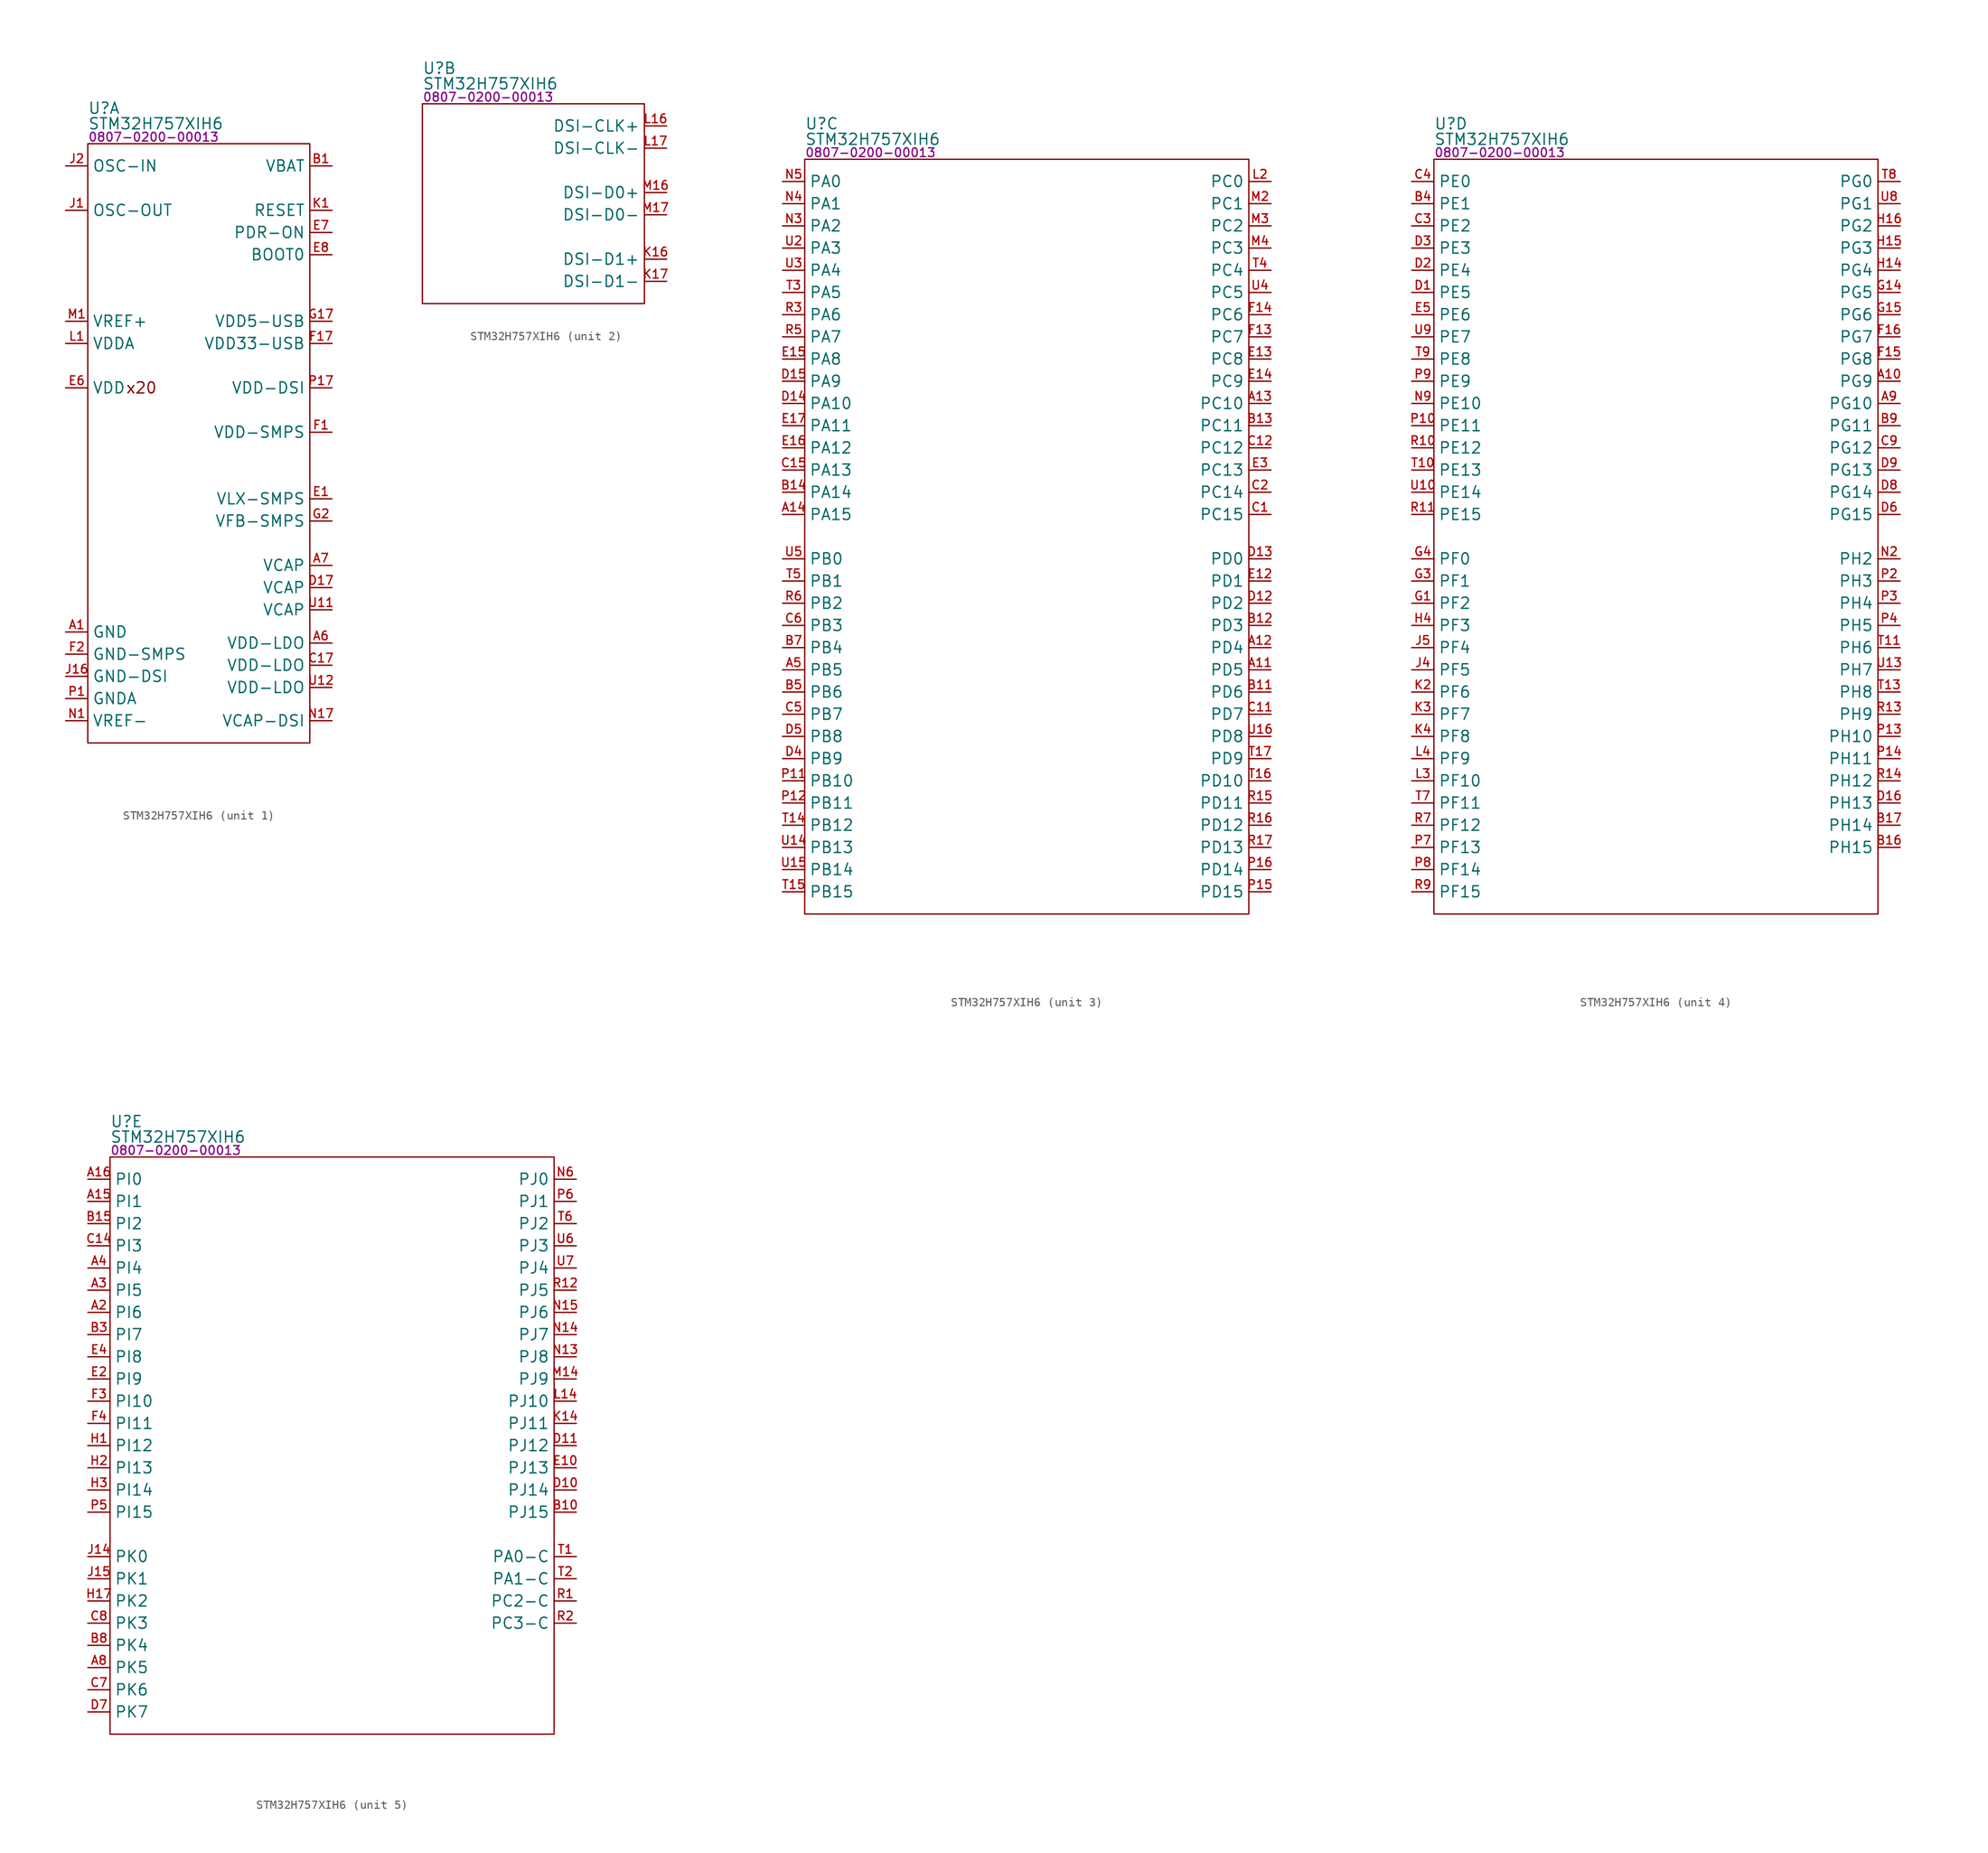
<source format=kicad_sym>
(kicad_symbol_lib
  (version 20231120)
  (generator "kicad_symbol_editor")
  (generator_version "8.0")
  (symbol "STM32H757XIH6"
    (property "Reference" "U"
      (at 0 4.064 0)
      (effects (font (size 1.27 1.27)) (justify left)))
    (property "Value" "STM32H757XIH6"
      (at 0 2.286 0)
      (effects (font (size 1.27 1.27)) (justify left)))
    (property "PartNumber" "0807-0200-00013"
      (at 0 0.762 0)
      (effects (font (size 1 1)) (justify left)))
    (property "ki_locked" ""
      (at 0 0 0)
      (effects (font (size 1.27 1.27))))
    (symbol "STM32H757XIH6_1_0"
      (rectangle (start 0 0) (end 25.4 -68.58) (stroke (width 0) (type default)) (fill (type none)))
      (text "x20" (at 4.318 -27.94 0) (effects (font (size 1.27 1.27)) (justify left)))
      (pin power_in line (at -2.54 -55.88 0) (length 2.54) (name "GND" (effects (font (size 1.27 1.27)))) (number "A1" (effects (font (size 0.991 0.991)))))
      (pin power_in line (at -2.54 -55.88 0) (length 2.54) hide (name "GND" (effects (font (size 1.27 1.27)))) (number "A17" (effects (font (size 0.991 0.991)))))
      (pin power_out line (at 27.94 -57.15 180) (length 2.54) (name "VDD-LDO" (effects (font (size 1.27 1.27)))) (number "A6" (effects (font (size 0.991 0.991)))))
      (pin power_out line (at 27.94 -48.26 180) (length 2.54) (name "VCAP" (effects (font (size 1.27 1.27)))) (number "A7" (effects (font (size 0.991 0.991)))))
      (pin power_in line (at 27.94 -2.54 180) (length 2.54) (name "VBAT" (effects (font (size 1.27 1.27)))) (number "B1" (effects (font (size 0.991 0.991)))))
      (pin power_in line (at -2.54 -55.88 0) (length 2.54) hide (name "GND" (effects (font (size 1.27 1.27)))) (number "B2" (effects (font (size 0.991 0.991)))))
      (pin power_in line (at -2.54 -55.88 0) (length 2.54) hide (name "GND" (effects (font (size 1.27 1.27)))) (number "B6" (effects (font (size 0.991 0.991)))))
      (pin power_in line (at -2.54 -55.88 0) (length 2.54) hide (name "GND" (effects (font (size 1.27 1.27)))) (number "C10" (effects (font (size 0.991 0.991)))))
      (pin power_in line (at -2.54 -55.88 0) (length 2.54) hide (name "GND" (effects (font (size 1.27 1.27)))) (number "C13" (effects (font (size 0.991 0.991)))))
      (pin power_in line (at -2.54 -55.88 0) (length 2.54) hide (name "GND" (effects (font (size 1.27 1.27)))) (number "C16" (effects (font (size 0.991 0.991)))))
      (pin power_out line (at 27.94 -59.69 180) (length 2.54) (name "VDD-LDO" (effects (font (size 1.27 1.27)))) (number "C17" (effects (font (size 0.991 0.991)))))
      (pin power_out line (at 27.94 -50.8 180) (length 2.54) (name "VCAP" (effects (font (size 1.27 1.27)))) (number "D17" (effects (font (size 0.991 0.991)))))
      (pin power_in line (at 27.94 -40.64 180) (length 2.54) (name "VLX-SMPS" (effects (font (size 1.27 1.27)))) (number "E1" (effects (font (size 0.991 0.991)))))
      (pin power_in line (at -2.54 -27.94 0) (length 2.54) hide (name "VDD" (effects (font (size 1.27 1.27)))) (number "E11" (effects (font (size 0.991 0.991)))))
      (pin power_in line (at -2.54 -27.94 0) (length 2.54) (name "VDD" (effects (font (size 1.27 1.27)))) (number "E6" (effects (font (size 0.991 0.991)))))
      (pin input line (at 27.94 -10.16 180) (length 2.54) (name "PDR-ON" (effects (font (size 1.27 1.27)))) (number "E7" (effects (font (size 0.991 0.991)))))
      (pin input line (at 27.94 -12.7 180) (length 2.54) (name "BOOT0" (effects (font (size 1.27 1.27)))) (number "E8" (effects (font (size 0.991 0.991)))))
      (pin power_in line (at -2.54 -27.94 0) (length 2.54) hide (name "VDD" (effects (font (size 1.27 1.27)))) (number "E9" (effects (font (size 0.991 0.991)))))
      (pin power_in line (at 27.94 -33.02 180) (length 2.54) (name "VDD-SMPS" (effects (font (size 1.27 1.27)))) (number "F1" (effects (font (size 0.991 0.991)))))
      (pin power_in line (at 27.94 -22.86 180) (length 2.54) (name "VDD33-USB" (effects (font (size 1.27 1.27)))) (number "F17" (effects (font (size 0.991 0.991)))))
      (pin power_in line (at -2.54 -58.42 0) (length 2.54) (name "GND-SMPS" (effects (font (size 1.27 1.27)))) (number "F2" (effects (font (size 0.991 0.991)))))
      (pin power_in line (at -2.54 -27.94 0) (length 2.54) hide (name "VDD" (effects (font (size 1.27 1.27)))) (number "F5" (effects (font (size 0.991 0.991)))))
      (pin power_in line (at -2.54 -55.88 0) (length 2.54) hide (name "GND" (effects (font (size 1.27 1.27)))) (number "G10" (effects (font (size 0.991 0.991)))))
      (pin power_in line (at -2.54 -55.88 0) (length 2.54) hide (name "GND" (effects (font (size 1.27 1.27)))) (number "G11" (effects (font (size 0.991 0.991)))))
      (pin power_in line (at -2.54 -27.94 0) (length 2.54) hide (name "VDD" (effects (font (size 1.27 1.27)))) (number "G13" (effects (font (size 0.991 0.991)))))
      (pin power_in line (at -2.54 -55.88 0) (length 2.54) hide (name "GND" (effects (font (size 1.27 1.27)))) (number "G16" (effects (font (size 0.991 0.991)))))
      (pin power_in line (at 27.94 -20.32 180) (length 2.54) (name "VDD5-USB" (effects (font (size 1.27 1.27)))) (number "G17" (effects (font (size 0.991 0.991)))))
      (pin input line (at 27.94 -43.18 180) (length 2.54) (name "VFB-SMPS" (effects (font (size 1.27 1.27)))) (number "G2" (effects (font (size 0.991 0.991)))))
      (pin power_in line (at -2.54 -27.94 0) (length 2.54) hide (name "VDD" (effects (font (size 1.27 1.27)))) (number "G5" (effects (font (size 0.991 0.991)))))
      (pin power_in line (at -2.54 -55.88 0) (length 2.54) hide (name "GND" (effects (font (size 1.27 1.27)))) (number "G7" (effects (font (size 0.991 0.991)))))
      (pin power_in line (at -2.54 -55.88 0) (length 2.54) hide (name "GND" (effects (font (size 1.27 1.27)))) (number "G8" (effects (font (size 0.991 0.991)))))
      (pin power_in line (at -2.54 -55.88 0) (length 2.54) hide (name "GND" (effects (font (size 1.27 1.27)))) (number "G9" (effects (font (size 0.991 0.991)))))
      (pin power_in line (at -2.54 -55.88 0) (length 2.54) hide (name "GND" (effects (font (size 1.27 1.27)))) (number "H10" (effects (font (size 0.991 0.991)))))
      (pin power_in line (at -2.54 -55.88 0) (length 2.54) hide (name "GND" (effects (font (size 1.27 1.27)))) (number "H11" (effects (font (size 0.991 0.991)))))
      (pin power_in line (at -2.54 -27.94 0) (length 2.54) hide (name "VDD" (effects (font (size 1.27 1.27)))) (number "H13" (effects (font (size 0.991 0.991)))))
      (pin power_in line (at -2.54 -27.94 0) (length 2.54) hide (name "VDD" (effects (font (size 1.27 1.27)))) (number "H5" (effects (font (size 0.991 0.991)))))
      (pin power_in line (at -2.54 -55.88 0) (length 2.54) hide (name "GND" (effects (font (size 1.27 1.27)))) (number "H7" (effects (font (size 0.991 0.991)))))
      (pin power_in line (at -2.54 -55.88 0) (length 2.54) hide (name "GND" (effects (font (size 1.27 1.27)))) (number "H8" (effects (font (size 0.991 0.991)))))
      (pin power_in line (at -2.54 -55.88 0) (length 2.54) hide (name "GND" (effects (font (size 1.27 1.27)))) (number "H9" (effects (font (size 0.991 0.991)))))
      (pin output line (at -2.54 -7.62 0) (length 2.54) (name "OSC-OUT" (effects (font (size 1.27 1.27)))) (number "J1" (effects (font (size 0.991 0.991)))))
      (pin power_in line (at -2.54 -55.88 0) (length 2.54) hide (name "GND" (effects (font (size 1.27 1.27)))) (number "J10" (effects (font (size 0.991 0.991)))))
      (pin power_in line (at -2.54 -55.88 0) (length 2.54) hide (name "GND" (effects (font (size 1.27 1.27)))) (number "J11" (effects (font (size 0.991 0.991)))))
      (pin power_in line (at -2.54 -27.94 0) (length 2.54) hide (name "VDD" (effects (font (size 1.27 1.27)))) (number "J13" (effects (font (size 0.991 0.991)))))
      (pin power_in line (at -2.54 -60.96 0) (length 2.54) (name "GND-DSI" (effects (font (size 1.27 1.27)))) (number "J16" (effects (font (size 0.991 0.991)))))
      (pin power_in line (at -2.54 -60.96 0) (length 2.54) hide (name "GND-DSI" (effects (font (size 1.27 1.27)))) (number "J17" (effects (font (size 0.991 0.991)))))
      (pin input line (at -2.54 -2.54 0) (length 2.54) (name "OSC-IN" (effects (font (size 1.27 1.27)))) (number "J2" (effects (font (size 0.991 0.991)))))
      (pin power_in line (at -2.54 -55.88 0) (length 2.54) hide (name "GND" (effects (font (size 1.27 1.27)))) (number "J3" (effects (font (size 0.991 0.991)))))
      (pin power_in line (at -2.54 -55.88 0) (length 2.54) hide (name "GND" (effects (font (size 1.27 1.27)))) (number "J7" (effects (font (size 0.991 0.991)))))
      (pin power_in line (at -2.54 -55.88 0) (length 2.54) hide (name "GND" (effects (font (size 1.27 1.27)))) (number "J8" (effects (font (size 0.991 0.991)))))
      (pin power_in line (at -2.54 -55.88 0) (length 2.54) hide (name "GND" (effects (font (size 1.27 1.27)))) (number "J9" (effects (font (size 0.991 0.991)))))
      (pin input line (at 27.94 -7.62 180) (length 2.54) (name "RESET" (effects (font (size 1.27 1.27)))) (number "K1" (effects (font (size 0.991 0.991)))))
      (pin power_in line (at -2.54 -55.88 0) (length 2.54) hide (name "GND" (effects (font (size 1.27 1.27)))) (number "K10" (effects (font (size 0.991 0.991)))))
      (pin power_in line (at -2.54 -55.88 0) (length 2.54) hide (name "GND" (effects (font (size 1.27 1.27)))) (number "K11" (effects (font (size 0.991 0.991)))))
      (pin power_in line (at -2.54 -27.94 0) (length 2.54) hide (name "VDD" (effects (font (size 1.27 1.27)))) (number "K13" (effects (font (size 0.991 0.991)))))
      (pin power_in line (at -2.54 -60.96 0) (length 2.54) hide (name "GND-DSI" (effects (font (size 1.27 1.27)))) (number "K15" (effects (font (size 0.991 0.991)))))
      (pin power_in line (at -2.54 -27.94 0) (length 2.54) hide (name "VDD" (effects (font (size 1.27 1.27)))) (number "K5" (effects (font (size 0.991 0.991)))))
      (pin power_in line (at -2.54 -55.88 0) (length 2.54) hide (name "GND" (effects (font (size 1.27 1.27)))) (number "K7" (effects (font (size 0.991 0.991)))))
      (pin power_in line (at -2.54 -55.88 0) (length 2.54) hide (name "GND" (effects (font (size 1.27 1.27)))) (number "K8" (effects (font (size 0.991 0.991)))))
      (pin power_in line (at -2.54 -55.88 0) (length 2.54) hide (name "GND" (effects (font (size 1.27 1.27)))) (number "K9" (effects (font (size 0.991 0.991)))))
      (pin power_in line (at -2.54 -22.86 0) (length 2.54) (name "VDDA" (effects (font (size 1.27 1.27)))) (number "L1" (effects (font (size 0.991 0.991)))))
      (pin power_in line (at -2.54 -55.88 0) (length 2.54) hide (name "GND" (effects (font (size 1.27 1.27)))) (number "L10" (effects (font (size 0.991 0.991)))))
      (pin power_in line (at -2.54 -55.88 0) (length 2.54) hide (name "GND" (effects (font (size 1.27 1.27)))) (number "L11" (effects (font (size 0.991 0.991)))))
      (pin power_in line (at -2.54 -27.94 0) (length 2.54) hide (name "VDD" (effects (font (size 1.27 1.27)))) (number "L13" (effects (font (size 0.991 0.991)))))
      (pin power_in line (at -2.54 -60.96 0) (length 2.54) hide (name "GND-DSI" (effects (font (size 1.27 1.27)))) (number "L15" (effects (font (size 0.991 0.991)))))
      (pin power_in line (at -2.54 -27.94 0) (length 2.54) hide (name "VDD" (effects (font (size 1.27 1.27)))) (number "L5" (effects (font (size 0.991 0.991)))))
      (pin power_in line (at -2.54 -55.88 0) (length 2.54) hide (name "GND" (effects (font (size 1.27 1.27)))) (number "L7" (effects (font (size 0.991 0.991)))))
      (pin power_in line (at -2.54 -55.88 0) (length 2.54) hide (name "GND" (effects (font (size 1.27 1.27)))) (number "L8" (effects (font (size 0.991 0.991)))))
      (pin power_in line (at -2.54 -55.88 0) (length 2.54) hide (name "GND" (effects (font (size 1.27 1.27)))) (number "L9" (effects (font (size 0.991 0.991)))))
      (pin power_in line (at -2.54 -20.32 0) (length 2.54) (name "VREF+" (effects (font (size 1.27 1.27)))) (number "M1" (effects (font (size 0.991 0.991)))))
      (pin power_in line (at -2.54 -27.94 0) (length 2.54) hide (name "VDD" (effects (font (size 1.27 1.27)))) (number "M13" (effects (font (size 0.991 0.991)))))
      (pin power_in line (at -2.54 -60.96 0) (length 2.54) hide (name "GND-DSI" (effects (font (size 1.27 1.27)))) (number "M15" (effects (font (size 0.991 0.991)))))
      (pin power_in line (at -2.54 -27.94 0) (length 2.54) hide (name "VDD" (effects (font (size 1.27 1.27)))) (number "M5" (effects (font (size 0.991 0.991)))))
      (pin power_in line (at -2.54 -66.04 0) (length 2.54) (name "VREF-" (effects (font (size 1.27 1.27)))) (number "N1" (effects (font (size 0.991 0.991)))))
      (pin power_in line (at -2.54 -27.94 0) (length 2.54) hide (name "VDD" (effects (font (size 1.27 1.27)))) (number "N10" (effects (font (size 0.991 0.991)))))
      (pin power_in line (at -2.54 -27.94 0) (length 2.54) hide (name "VDD" (effects (font (size 1.27 1.27)))) (number "N11" (effects (font (size 0.991 0.991)))))
      (pin power_in line (at -2.54 -27.94 0) (length 2.54) hide (name "VDD" (effects (font (size 1.27 1.27)))) (number "N12" (effects (font (size 0.991 0.991)))))
      (pin power_in line (at -2.54 -55.88 0) (length 2.54) hide (name "GND" (effects (font (size 1.27 1.27)))) (number "N16" (effects (font (size 0.991 0.991)))))
      (pin power_in line (at 27.94 -66.04 180) (length 2.54) (name "VCAP-DSI" (effects (font (size 1.27 1.27)))) (number "N17" (effects (font (size 0.991 0.991)))))
      (pin power_in line (at -2.54 -27.94 0) (length 2.54) hide (name "VDD" (effects (font (size 1.27 1.27)))) (number "N7" (effects (font (size 0.991 0.991)))))
      (pin power_in line (at -2.54 -27.94 0) (length 2.54) hide (name "VDD" (effects (font (size 1.27 1.27)))) (number "N8" (effects (font (size 0.991 0.991)))))
      (pin power_in line (at -2.54 -63.5 0) (length 2.54) (name "GNDA" (effects (font (size 1.27 1.27)))) (number "P1" (effects (font (size 0.991 0.991)))))
      (pin power_in line (at 27.94 -27.94 180) (length 2.54) (name "VDD-DSI" (effects (font (size 1.27 1.27)))) (number "P17" (effects (font (size 0.991 0.991)))))
      (pin power_in line (at -2.54 -55.88 0) (length 2.54) hide (name "GND" (effects (font (size 1.27 1.27)))) (number "R4" (effects (font (size 0.991 0.991)))))
      (pin power_in line (at -2.54 -55.88 0) (length 2.54) hide (name "GND" (effects (font (size 1.27 1.27)))) (number "R8" (effects (font (size 0.991 0.991)))))
      (pin power_in line (at -2.54 -55.88 0) (length 2.54) hide (name "GND" (effects (font (size 1.27 1.27)))) (number "T12" (effects (font (size 0.991 0.991)))))
      (pin power_in line (at -2.54 -55.88 0) (length 2.54) hide (name "GND" (effects (font (size 1.27 1.27)))) (number "U1" (effects (font (size 0.991 0.991)))))
      (pin power_out line (at 27.94 -53.34 180) (length 2.54) (name "VCAP" (effects (font (size 1.27 1.27)))) (number "U11" (effects (font (size 0.991 0.991)))))
      (pin power_out line (at 27.94 -62.23 180) (length 2.54) (name "VDD-LDO" (effects (font (size 1.27 1.27)))) (number "U12" (effects (font (size 0.991 0.991)))))
      (pin power_in line (at -2.54 -55.88 0) (length 2.54) hide (name "GND" (effects (font (size 1.27 1.27)))) (number "U17" (effects (font (size 0.991 0.991))))))
    (symbol "STM32H757XIH6_2_0"
      (rectangle (start 0 0) (end 25.4 -22.86) (stroke (width 0) (type default)) (fill (type none)))
      (pin output line (at 27.94 -17.78 180) (length 2.54) (name "DSI-D1+" (effects (font (size 1.27 1.27)))) (number "K16" (effects (font (size 0.991 0.991)))))
      (pin output line (at 27.94 -20.32 180) (length 2.54) (name "DSI-D1-" (effects (font (size 1.27 1.27)))) (number "K17" (effects (font (size 0.991 0.991)))))
      (pin output line (at 27.94 -2.54 180) (length 2.54) (name "DSI-CLK+" (effects (font (size 1.27 1.27)))) (number "L16" (effects (font (size 0.991 0.991)))))
      (pin output line (at 27.94 -5.08 180) (length 2.54) (name "DSI-CLK-" (effects (font (size 1.27 1.27)))) (number "L17" (effects (font (size 0.991 0.991)))))
      (pin output line (at 27.94 -10.16 180) (length 2.54) (name "DSI-D0+" (effects (font (size 1.27 1.27)))) (number "M16" (effects (font (size 0.991 0.991)))))
      (pin output line (at 27.94 -12.7 180) (length 2.54) (name "DSI-D0-" (effects (font (size 1.27 1.27)))) (number "M17" (effects (font (size 0.991 0.991))))))
    (symbol "STM32H757XIH6_3_0"
      (rectangle (start 0 0) (end 50.8 -86.36) (stroke (width 0) (type default)) (fill (type none)))
      (pin bidirectional line (at 53.34 -58.42 180) (length 2.54) (name "PD5" (effects (font (size 1.27 1.27)))) (number "A11" (effects (font (size 0.991 0.991)))) (alternate "FMC-~{WE}" bidirectional line) (alternate "GPIO-EXTI5" bidirectional line) (alternate "HRTIM-EEV3" bidirectional line) (alternate "USART2-TX" bidirectional line))
      (pin bidirectional line (at 53.34 -55.88 180) (length 2.54) (name "PD4" (effects (font (size 1.27 1.27)))) (number "A12" (effects (font (size 0.991 0.991)))) (alternate "FMC-~{OE}" bidirectional line) (alternate "GPIO-EXTI4" bidirectional line) (alternate "HRTIM-FLT3" bidirectional line) (alternate "SAI3-FS-A" bidirectional line) (alternate "USART2-DE" bidirectional line) (alternate "USART2-RTS" bidirectional line))
      (pin bidirectional line (at 53.34 -27.94 180) (length 2.54) (name "PC10" (effects (font (size 1.27 1.27)))) (number "A13" (effects (font (size 0.991 0.991)))) (alternate "DCMI-D8" bidirectional line) (alternate "DFSDM1-CKIN5" bidirectional line) (alternate "GPIO-EXTI10" bidirectional line) (alternate "HRTIM-EEV1" bidirectional line) (alternate "I2S3-CK" bidirectional line) (alternate "LTDC-R2" bidirectional line) (alternate "QUADSPI-BK1-IO1" bidirectional line) (alternate "SDMMC1-D2" bidirectional line) (alternate "SPI3-SCK" bidirectional line) (alternate "UART4-TX" bidirectional line) (alternate "USART3-TX" bidirectional line))
      (pin bidirectional line (at -2.54 -40.64 0) (length 2.54) (name "PA15" (effects (font (size 1.27 1.27)))) (number "A14" (effects (font (size 0.991 0.991)))) (alternate "ADC1-EXTI15" bidirectional line) (alternate "ADC2-EXTI15" bidirectional line) (alternate "ADC3-EXTI15" bidirectional line) (alternate "CEC" bidirectional line) (alternate "DEBUG-JTDI" bidirectional line) (alternate "DSIHOST-TE" bidirectional line) (alternate "GPIO-EXTI15" bidirectional line) (alternate "HRTIM-FLT1" bidirectional line) (alternate "I2S1-WS" bidirectional line) (alternate "I2S3-WS" bidirectional line) (alternate "SPI1-~{SS}" bidirectional line) (alternate "SPI3-~{SS}" bidirectional line) (alternate "SPI6-~{SS}" bidirectional line) (alternate "TIM2-CH1" bidirectional line) (alternate "TIM2-ETR" bidirectional line) (alternate "UART4-DE" bidirectional line) (alternate "UART4-RTS" bidirectional line) (alternate "UART7-TX" bidirectional line))
      (pin bidirectional line (at -2.54 -58.42 0) (length 2.54) (name "PB5" (effects (font (size 1.27 1.27)))) (number "A5" (effects (font (size 0.991 0.991)))) (alternate "DCMI-D10" bidirectional line) (alternate "ETH-PPS-OUT" bidirectional line) (alternate "FDCAN2-RX" bidirectional line) (alternate "FMC-SDCKE1" bidirectional line) (alternate "GPIO-EXTI5" bidirectional line) (alternate "HRTIM-EEV7" bidirectional line) (alternate "I2C1-SMBA" bidirectional line) (alternate "I2C4-SMBA" bidirectional line) (alternate "I2S1-SDO" bidirectional line) (alternate "I2S3-SDO" bidirectional line) (alternate "SPI1-COPI" bidirectional line) (alternate "SPI3-COPI" bidirectional line) (alternate "SPI6-COPI" bidirectional line) (alternate "TIM17-BKIN" bidirectional line) (alternate "TIM3-CH2" bidirectional line) (alternate "UART5-RX" bidirectional line) (alternate "USB-OTG-HS-ULPI-D7" bidirectional line))
      (pin bidirectional line (at 53.34 -60.96 180) (length 2.54) (name "PD6" (effects (font (size 1.27 1.27)))) (number "B11" (effects (font (size 0.991 0.991)))) (alternate "DCMI-D10" bidirectional line) (alternate "DFSDM1-CKIN4" bidirectional line) (alternate "DFSDM1-DATIN1" bidirectional line) (alternate "FMC-~{WAIT}" bidirectional line) (alternate "GPIO-EXTI6" bidirectional line) (alternate "I2S3-SDO" bidirectional line) (alternate "LTDC-B2" bidirectional line) (alternate "SAI1-D1" bidirectional line) (alternate "SAI1-SD-A" bidirectional line) (alternate "SAI4-D1" bidirectional line) (alternate "SAI4-SD-A" bidirectional line) (alternate "SDMMC2-CK" bidirectional line) (alternate "SPI3-COPI" bidirectional line) (alternate "USART2-RX" bidirectional line))
      (pin bidirectional line (at 53.34 -53.34 180) (length 2.54) (name "PD3" (effects (font (size 1.27 1.27)))) (number "B12" (effects (font (size 0.991 0.991)))) (alternate "DCMI-D5" bidirectional line) (alternate "DFSDM1-CKOUT" bidirectional line) (alternate "FMC-CLK" bidirectional line) (alternate "GPIO-EXTI3" bidirectional line) (alternate "I2S2-CK" bidirectional line) (alternate "LTDC-G7" bidirectional line) (alternate "SPI2-SCK" bidirectional line) (alternate "USART2-CTS" bidirectional line) (alternate "USART2-~{SS}" bidirectional line))
      (pin bidirectional line (at 53.34 -30.48 180) (length 2.54) (name "PC11" (effects (font (size 1.27 1.27)))) (number "B13" (effects (font (size 0.991 0.991)))) (alternate "ADC1-EXTI11" bidirectional line) (alternate "ADC2-EXTI11" bidirectional line) (alternate "ADC3-EXTI11" bidirectional line) (alternate "DCMI-D4" bidirectional line) (alternate "DFSDM1-DATIN5" bidirectional line) (alternate "GPIO-EXTI11" bidirectional line) (alternate "HRTIM-FLT2" bidirectional line) (alternate "I2S3-SDI" bidirectional line) (alternate "QUADSPI-BK2-NCS" bidirectional line) (alternate "SDMMC1-D3" bidirectional line) (alternate "SPI3-CIPO" bidirectional line) (alternate "UART4-RX" bidirectional line) (alternate "USART3-RX" bidirectional line))
      (pin bidirectional line (at -2.54 -38.1 0) (length 2.54) (name "PA14" (effects (font (size 1.27 1.27)))) (number "B14" (effects (font (size 0.991 0.991)))) (alternate "DEBUG-JTCK" bidirectional line) (alternate "GPIO-EXTI14" bidirectional line) (alternate "SWCLK" bidirectional line))
      (pin bidirectional line (at -2.54 -60.96 0) (length 2.54) (name "PB6" (effects (font (size 1.27 1.27)))) (number "B5" (effects (font (size 0.991 0.991)))) (alternate "CEC" bidirectional line) (alternate "DCMI-D5" bidirectional line) (alternate "DFSDM1-DATIN5" bidirectional line) (alternate "FDCAN2-TX" bidirectional line) (alternate "FMC-SDNE1" bidirectional line) (alternate "GPIO-EXTI6" bidirectional line) (alternate "HRTIM-EEV8" bidirectional line) (alternate "I2C1-SCL" bidirectional line) (alternate "I2C4-SCL" bidirectional line) (alternate "LPUART1-TX" bidirectional line) (alternate "QUADSPI-BK1-~{CS}" bidirectional line) (alternate "TIM16-CH1N" bidirectional line) (alternate "TIM4-CH1" bidirectional line) (alternate "UART5-TX" bidirectional line) (alternate "USART1-TX" bidirectional line))
      (pin bidirectional line (at -2.54 -55.88 0) (length 2.54) (name "PB4" (effects (font (size 1.27 1.27)))) (number "B7" (effects (font (size 0.991 0.991)))) (alternate "DEBUG-JTRST" bidirectional line) (alternate "GPIO-EXTI4" bidirectional line) (alternate "HRTIM-EEV6" bidirectional line) (alternate "I2S1-SDI" bidirectional line) (alternate "I2S2-WS" bidirectional line) (alternate "I2S3-SDI" bidirectional line) (alternate "SDMMC2-D3" bidirectional line) (alternate "SPI1-CIPO" bidirectional line) (alternate "SPI2-~{SS}" bidirectional line) (alternate "SPI3-CIPO" bidirectional line) (alternate "SPI6-CIPO" bidirectional line) (alternate "TIM16-BKIN" bidirectional line) (alternate "TIM3-CH1" bidirectional line) (alternate "UART7-TX" bidirectional line))
      (pin bidirectional line (at 53.34 -40.64 180) (length 2.54) (name "PC15" (effects (font (size 1.27 1.27)))) (number "C1" (effects (font (size 0.991 0.991)))) (alternate "ADC1-EXTI15" bidirectional line) (alternate "ADC2-EXTI15" bidirectional line) (alternate "ADC3-EXTI15" bidirectional line) (alternate "GPIO-EXTI15" bidirectional line) (alternate "RCC-OSC32-OUT" bidirectional line))
      (pin bidirectional line (at 53.34 -63.5 180) (length 2.54) (name "PD7" (effects (font (size 1.27 1.27)))) (number "C11" (effects (font (size 0.991 0.991)))) (alternate "DFSDM1-CKIN1" bidirectional line) (alternate "DFSDM1-DATIN4" bidirectional line) (alternate "FMC-NE1" bidirectional line) (alternate "GPIO-EXTI7" bidirectional line) (alternate "I2S1-SDO" bidirectional line) (alternate "SDMMC2-CMD" bidirectional line) (alternate "SPDIFRX1-IN0" bidirectional line) (alternate "SPI1-COPI" bidirectional line) (alternate "USART2-CK" bidirectional line))
      (pin bidirectional line (at 53.34 -33.02 180) (length 2.54) (name "PC12" (effects (font (size 1.27 1.27)))) (number "C12" (effects (font (size 0.991 0.991)))) (alternate "DCMI-D9" bidirectional line) (alternate "DEBUG-TRACED3" bidirectional line) (alternate "GPIO-EXTI12" bidirectional line) (alternate "HRTIM-EEV2" bidirectional line) (alternate "I2S3-SDO" bidirectional line) (alternate "SDMMC1-CK" bidirectional line) (alternate "SPI3-COPI" bidirectional line) (alternate "UART5-TX" bidirectional line) (alternate "USART3-CK" bidirectional line))
      (pin bidirectional line (at -2.54 -35.56 0) (length 2.54) (name "PA13" (effects (font (size 1.27 1.27)))) (number "C15" (effects (font (size 0.991 0.991)))) (alternate "DEBUG-JTMS" bidirectional line) (alternate "GPIO-EXTI13" bidirectional line) (alternate "SWDIO" bidirectional line))
      (pin bidirectional line (at 53.34 -38.1 180) (length 2.54) (name "PC14" (effects (font (size 1.27 1.27)))) (number "C2" (effects (font (size 0.991 0.991)))) (alternate "GPIO-EXTI14" bidirectional line) (alternate "RCC-OSC32-IN" bidirectional line))
      (pin bidirectional line (at -2.54 -63.5 0) (length 2.54) (name "PB7" (effects (font (size 1.27 1.27)))) (number "C5" (effects (font (size 0.991 0.991)))) (alternate "DCMI-VSYNC" bidirectional line) (alternate "DFSDM1-CKIN5" bidirectional line) (alternate "FMC-NL" bidirectional line) (alternate "GPIO-EXTI7" bidirectional line) (alternate "HRTIM-EEV9" bidirectional line) (alternate "I2C1-SDA" bidirectional line) (alternate "I2C4-SDA" bidirectional line) (alternate "LPUART1-RX" bidirectional line) (alternate "PWR-PVD-IN" bidirectional line) (alternate "TIM17-CH1N" bidirectional line) (alternate "TIM4-CH2" bidirectional line) (alternate "USART1-RX" bidirectional line))
      (pin bidirectional line (at -2.54 -53.34 0) (length 2.54) (name "PB3" (effects (font (size 1.27 1.27)))) (number "C6" (effects (font (size 0.991 0.991)))) (alternate "CRS-SYNC" bidirectional line) (alternate "DEBUG-JTDO" bidirectional line) (alternate "GPIO-EXTI3" bidirectional line) (alternate "HRTIM-FLT4" bidirectional line) (alternate "I2S1-CK" bidirectional line) (alternate "I2S3-CK" bidirectional line) (alternate "SDMMC2-D2" bidirectional line) (alternate "SPI1-SCK" bidirectional line) (alternate "SPI3-SCK" bidirectional line) (alternate "SPI6-SCK" bidirectional line) (alternate "SWO" bidirectional line) (alternate "TIM2-CH2" bidirectional line) (alternate "UART7-RX" bidirectional line))
      (pin bidirectional line (at 53.34 -50.8 180) (length 2.54) (name "PD2" (effects (font (size 1.27 1.27)))) (number "D12" (effects (font (size 0.991 0.991)))) (alternate "DCMI-D11" bidirectional line) (alternate "DEBUG-TRACED2" bidirectional line) (alternate "GPIO-EXTI2" bidirectional line) (alternate "SDMMC1-CMD" bidirectional line) (alternate "TIM3-ETR" bidirectional line) (alternate "UART5-RX" bidirectional line))
      (pin bidirectional line (at 53.34 -45.72 180) (length 2.54) (name "PD0" (effects (font (size 1.27 1.27)))) (number "D13" (effects (font (size 0.991 0.991)))) (alternate "DFSDM1-CKIN6" bidirectional line) (alternate "FDCAN1-RX" bidirectional line) (alternate "FMC-D2" bidirectional line) (alternate "FMC-DA2" bidirectional line) (alternate "GPIO-EXTI0" bidirectional line) (alternate "SAI3-SCK-A" bidirectional line) (alternate "UART4-RX" bidirectional line))
      (pin bidirectional line (at -2.54 -27.94 0) (length 2.54) (name "PA10" (effects (font (size 1.27 1.27)))) (number "D14" (effects (font (size 0.991 0.991)))) (alternate "DCMI-D1" bidirectional line) (alternate "GPIO-EXTI10" bidirectional line) (alternate "HRTIM-CHC2" bidirectional line) (alternate "LPUART1-RX" bidirectional line) (alternate "LTDC-B1" bidirectional line) (alternate "LTDC-B4" bidirectional line) (alternate "MDIOS-MDIO" bidirectional line) (alternate "TIM1-CH3" bidirectional line) (alternate "USART1-RX" bidirectional line) (alternate "USB-OTG-FS-ID" bidirectional line))
      (pin bidirectional line (at -2.54 -25.4 0) (length 2.54) (name "PA9" (effects (font (size 1.27 1.27)))) (number "D15" (effects (font (size 0.991 0.991)))) (alternate "DAC1-EXTI9" bidirectional line) (alternate "DCMI-D0" bidirectional line) (alternate "ETH-TX-ER" bidirectional line) (alternate "GPIO-EXTI9" bidirectional line) (alternate "HRTIM-CHC1" bidirectional line) (alternate "I2C3-SMBA" bidirectional line) (alternate "I2S2-CK" bidirectional line) (alternate "LPUART1-TX" bidirectional line) (alternate "LTDC-R5" bidirectional line) (alternate "SPI2-SCK" bidirectional line) (alternate "TIM1-CH2" bidirectional line) (alternate "USART1-TX" bidirectional line) (alternate "USB-OTG-FS-VBUS" bidirectional line))
      (pin bidirectional line (at -2.54 -68.58 0) (length 2.54) (name "PB9" (effects (font (size 1.27 1.27)))) (number "D4" (effects (font (size 0.991 0.991)))) (alternate "DAC1-EXTI9" bidirectional line) (alternate "DCMI-D7" bidirectional line) (alternate "DFSDM1-DATIN7" bidirectional line) (alternate "FDCAN1-TX" bidirectional line) (alternate "GPIO-EXTI9" bidirectional line) (alternate "I2C1-SDA" bidirectional line) (alternate "I2C4-SDA" bidirectional line) (alternate "I2C4-SMBA" bidirectional line) (alternate "I2S2-WS" bidirectional line) (alternate "LTDC-B7" bidirectional line) (alternate "SDMMC1-CDIR" bidirectional line) (alternate "SDMMC1-D5" bidirectional line) (alternate "SDMMC2-D5" bidirectional line) (alternate "SPI2-~{SS}" bidirectional line) (alternate "TIM17-CH1" bidirectional line) (alternate "TIM4-CH4" bidirectional line) (alternate "UART4-TX" bidirectional line))
      (pin bidirectional line (at -2.54 -66.04 0) (length 2.54) (name "PB8" (effects (font (size 1.27 1.27)))) (number "D5" (effects (font (size 0.991 0.991)))) (alternate "DCMI-D6" bidirectional line) (alternate "DFSDM1-CKIN7" bidirectional line) (alternate "ETH-TXD3" bidirectional line) (alternate "FDCAN1-RX" bidirectional line) (alternate "GPIO-EXTI8" bidirectional line) (alternate "I2C1-SCL" bidirectional line) (alternate "I2C4-SCL" bidirectional line) (alternate "LTDC-B6" bidirectional line) (alternate "SDMMC1-CKIN" bidirectional line) (alternate "SDMMC1-D4" bidirectional line) (alternate "SDMMC2-D4" bidirectional line) (alternate "TIM16-CH1" bidirectional line) (alternate "TIM4-CH3" bidirectional line) (alternate "UART4-RX" bidirectional line))
      (pin bidirectional line (at 53.34 -48.26 180) (length 2.54) (name "PD1" (effects (font (size 1.27 1.27)))) (number "E12" (effects (font (size 0.991 0.991)))) (alternate "DFSDM1-DATIN6" bidirectional line) (alternate "FDCAN1-TX" bidirectional line) (alternate "FMC-D3" bidirectional line) (alternate "FMC-DA3" bidirectional line) (alternate "GPIO-EXTI1" bidirectional line) (alternate "SAI3-SD-A" bidirectional line) (alternate "UART4-TX" bidirectional line))
      (pin bidirectional line (at 53.34 -22.86 180) (length 2.54) (name "PC8" (effects (font (size 1.27 1.27)))) (number "E13" (effects (font (size 0.991 0.991)))) (alternate "DCMI-D2" bidirectional line) (alternate "DEBUG-TRACED1" bidirectional line) (alternate "FMC-~{CE}" bidirectional line) (alternate "FMC-~{E2}" bidirectional line) (alternate "GPIO-EXTI8" bidirectional line) (alternate "HRTIM-CHB1" bidirectional line) (alternate "SDMMC1-D0" bidirectional line) (alternate "SWPMI1-RX" bidirectional line) (alternate "TIM3-CH3" bidirectional line) (alternate "TIM8-CH3" bidirectional line) (alternate "UART5-DE" bidirectional line) (alternate "UART5-RTS" bidirectional line) (alternate "USART6-CK" bidirectional line))
      (pin bidirectional line (at 53.34 -25.4 180) (length 2.54) (name "PC9" (effects (font (size 1.27 1.27)))) (number "E14" (effects (font (size 0.991 0.991)))) (alternate "DAC1-EXTI9" bidirectional line) (alternate "DCMI-D3" bidirectional line) (alternate "GPIO-EXTI9" bidirectional line) (alternate "I2C3-SDA" bidirectional line) (alternate "I2S-CKIN" bidirectional line) (alternate "LTDC-B2" bidirectional line) (alternate "LTDC-G3" bidirectional line) (alternate "QUADSPI-BK1-IO0" bidirectional line) (alternate "RCC-MCO-2" bidirectional line) (alternate "SDMMC1-D1" bidirectional line) (alternate "SWPMI1-SUSPEND" bidirectional line) (alternate "TIM3-CH4" bidirectional line) (alternate "TIM8-CH4" bidirectional line) (alternate "UART5-CTS" bidirectional line))
      (pin bidirectional line (at -2.54 -22.86 0) (length 2.54) (name "PA8" (effects (font (size 1.27 1.27)))) (number "E15" (effects (font (size 0.991 0.991)))) (alternate "GPIO-EXTI8" bidirectional line) (alternate "HRTIM-CHB2" bidirectional line) (alternate "I2C3-SCL" bidirectional line) (alternate "LTDC-B3" bidirectional line) (alternate "LTDC-R6" bidirectional line) (alternate "RCC-MCO-1" bidirectional line) (alternate "TIM1-CH1" bidirectional line) (alternate "TIM8-BKIN2" bidirectional line) (alternate "TIM8-BKIN2-COMP1" bidirectional line) (alternate "TIM8-BKIN2-COMP2" bidirectional line) (alternate "UART7-RX" bidirectional line) (alternate "USART1-CK" bidirectional line) (alternate "USB-OTG-FS-SOF" bidirectional line))
      (pin bidirectional line (at -2.54 -33.02 0) (length 2.54) (name "PA12" (effects (font (size 1.27 1.27)))) (number "E16" (effects (font (size 0.991 0.991)))) (alternate "FDCAN1-TX" bidirectional line) (alternate "GPIO-EXTI12" bidirectional line) (alternate "HRTIM-CHD2" bidirectional line) (alternate "I2S2-CK" bidirectional line) (alternate "LPUART1-DE" bidirectional line) (alternate "LPUART1-RTS" bidirectional line) (alternate "LTDC-R5" bidirectional line) (alternate "SAI2-FS-B" bidirectional line) (alternate "SPI2-SCK" bidirectional line) (alternate "TIM1-ETR" bidirectional line) (alternate "UART4-TX" bidirectional line) (alternate "USART1-DE" bidirectional line) (alternate "USART1-RTS" bidirectional line) (alternate "USB-OTG-FS-D+" bidirectional line))
      (pin bidirectional line (at -2.54 -30.48 0) (length 2.54) (name "PA11" (effects (font (size 1.27 1.27)))) (number "E17" (effects (font (size 0.991 0.991)))) (alternate "ADC1-EXTI11" bidirectional line) (alternate "ADC2-EXTI11" bidirectional line) (alternate "ADC3-EXTI11" bidirectional line) (alternate "FDCAN1-RX" bidirectional line) (alternate "GPIO-EXTI11" bidirectional line) (alternate "HRTIM-CHD1" bidirectional line) (alternate "I2S2-WS" bidirectional line) (alternate "LPUART1-CTS" bidirectional line) (alternate "LTDC-R4" bidirectional line) (alternate "SPI2-~{SS}" bidirectional line) (alternate "TIM1-CH4" bidirectional line) (alternate "UART4-RX" bidirectional line) (alternate "USART1-CTS" bidirectional line) (alternate "USART1-~{SS}" bidirectional line) (alternate "USB-OTG-FS-D-" bidirectional line))
      (pin bidirectional line (at 53.34 -35.56 180) (length 2.54) (name "PC13" (effects (font (size 1.27 1.27)))) (number "E3" (effects (font (size 0.991 0.991)))) (alternate "GPIO-EXTI13" bidirectional line) (alternate "PWR-WKUP4" bidirectional line) (alternate "RTC-OUT-ALARM" bidirectional line) (alternate "RTC-OUT-CALIB" bidirectional line) (alternate "RTC-TAMP1" bidirectional line) (alternate "RTC-TS" bidirectional line))
      (pin bidirectional line (at 53.34 -20.32 180) (length 2.54) (name "PC7" (effects (font (size 1.27 1.27)))) (number "F13" (effects (font (size 0.991 0.991)))) (alternate "DCMI-D1" bidirectional line) (alternate "DEBUG-TRGIO" bidirectional line) (alternate "DFSDM1-DATIN3" bidirectional line) (alternate "FMC-NE1" bidirectional line) (alternate "GPIO-EXTI7" bidirectional line) (alternate "HRTIM-CHA2" bidirectional line) (alternate "I2S3-MCK" bidirectional line) (alternate "LTDC-G6" bidirectional line) (alternate "SDMMC1-D123DIR" bidirectional line) (alternate "SDMMC1-D7" bidirectional line) (alternate "SDMMC2-D7" bidirectional line) (alternate "SWPMI1-TX" bidirectional line) (alternate "TIM3-CH2" bidirectional line) (alternate "TIM8-CH2" bidirectional line) (alternate "USART6-RX" bidirectional line))
      (pin bidirectional line (at 53.34 -17.78 180) (length 2.54) (name "PC6" (effects (font (size 1.27 1.27)))) (number "F14" (effects (font (size 0.991 0.991)))) (alternate "DCMI-D0" bidirectional line) (alternate "DFSDM1-CKIN3" bidirectional line) (alternate "FMC-~{WAIT}" bidirectional line) (alternate "GPIO-EXTI6" bidirectional line) (alternate "HRTIM-CHA1" bidirectional line) (alternate "I2S2-MCK" bidirectional line) (alternate "LTDC-HSYNC" bidirectional line) (alternate "SDMMC1-D0DIR" bidirectional line) (alternate "SDMMC1-D6" bidirectional line) (alternate "SDMMC2-D6" bidirectional line) (alternate "SWPMI1-IO" bidirectional line) (alternate "TIM3-CH1" bidirectional line) (alternate "TIM8-CH1" bidirectional line) (alternate "USART6-TX" bidirectional line))
      (pin bidirectional line (at 53.34 -2.54 180) (length 2.54) (name "PC0" (effects (font (size 1.27 1.27)))) (number "L2" (effects (font (size 0.991 0.991)))) (alternate "ADC1-INP10" bidirectional line) (alternate "ADC2-INP10" bidirectional line) (alternate "ADC3-INP10" bidirectional line) (alternate "DFSDM1-CKIN0" bidirectional line) (alternate "DFSDM1-DATIN4" bidirectional line) (alternate "FMC-SD~{WE}" bidirectional line) (alternate "GPIO-EXTI0" bidirectional line) (alternate "LTDC-R5" bidirectional line) (alternate "SAI2-FS-B" bidirectional line) (alternate "USB-OTG-HS-ULPI-STP" bidirectional line))
      (pin bidirectional line (at 53.34 -5.08 180) (length 2.54) (name "PC1" (effects (font (size 1.27 1.27)))) (number "M2" (effects (font (size 0.991 0.991)))) (alternate "ADC1-INN10" bidirectional line) (alternate "ADC1-INP11" bidirectional line) (alternate "ADC2-INN10" bidirectional line) (alternate "ADC2-INP11" bidirectional line) (alternate "ADC3-INN10" bidirectional line) (alternate "ADC3-INP11" bidirectional line) (alternate "DEBUG-TRACED0" bidirectional line) (alternate "DFSDM1-CKIN4" bidirectional line) (alternate "DFSDM1-DATIN0" bidirectional line) (alternate "ETH-MDC" bidirectional line) (alternate "GPIO-EXTI1" bidirectional line) (alternate "I2S2-SDO" bidirectional line) (alternate "MDIOS-MDC" bidirectional line) (alternate "PWR-WKUP6" bidirectional line) (alternate "RTC-TAMP3" bidirectional line) (alternate "SAI1-D1" bidirectional line) (alternate "SAI1-SD-A" bidirectional line) (alternate "SAI4-D1" bidirectional line) (alternate "SAI4-SD-A" bidirectional line) (alternate "SDMMC2-CK" bidirectional line) (alternate "SPI2-COPI" bidirectional line))
      (pin bidirectional line (at 53.34 -7.62 180) (length 2.54) (name "PC2" (effects (font (size 1.27 1.27)))) (number "M3" (effects (font (size 0.991 0.991)))) (alternate "ADC1-INN11" bidirectional line) (alternate "ADC1-INP12" bidirectional line) (alternate "ADC2-INN11" bidirectional line) (alternate "ADC2-INP12" bidirectional line) (alternate "ADC3-INN11" bidirectional line) (alternate "ADC3-INP12" bidirectional line) (alternate "DFSDM1-CKIN1" bidirectional line) (alternate "DFSDM1-CKOUT" bidirectional line) (alternate "ETH-TXD2" bidirectional line) (alternate "FMC-SDNE0" bidirectional line) (alternate "GPIO-EXTI2" bidirectional line) (alternate "I2S2-SDI" bidirectional line) (alternate "PWR-CSTOP" bidirectional line) (alternate "SPI2-CIPO" bidirectional line) (alternate "USB-OTG-HS-ULPI-DIR" bidirectional line))
      (pin bidirectional line (at 53.34 -10.16 180) (length 2.54) (name "PC3" (effects (font (size 1.27 1.27)))) (number "M4" (effects (font (size 0.991 0.991)))) (alternate "ADC1-INN12" bidirectional line) (alternate "ADC1-INP13" bidirectional line) (alternate "ADC2-INN12" bidirectional line) (alternate "ADC2-INP13" bidirectional line) (alternate "DFSDM1-DATIN1" bidirectional line) (alternate "ETH-TX-CLK" bidirectional line) (alternate "FMC-SDCKE0" bidirectional line) (alternate "GPIO-EXTI3" bidirectional line) (alternate "I2S2-SDO" bidirectional line) (alternate "PWR-CSLEEP" bidirectional line) (alternate "SPI2-COPI" bidirectional line) (alternate "USB-OTG-HS-ULPI-NXT" bidirectional line))
      (pin bidirectional line (at -2.54 -7.62 0) (length 2.54) (name "PA2" (effects (font (size 1.27 1.27)))) (number "N3" (effects (font (size 0.991 0.991)))) (alternate "ADC1-INP14" bidirectional line) (alternate "ADC2-INP14" bidirectional line) (alternate "ETH-MDIO" bidirectional line) (alternate "GPIO-EXTI2" bidirectional line) (alternate "LPTIM4-OUT" bidirectional line) (alternate "LTDC-R1" bidirectional line) (alternate "MDIOS-MDIO" bidirectional line) (alternate "PWR-WKUP2" bidirectional line) (alternate "SAI2-SCK-B" bidirectional line) (alternate "TIM15-CH1" bidirectional line) (alternate "TIM2-CH3" bidirectional line) (alternate "TIM5-CH3" bidirectional line) (alternate "USART2-TX" bidirectional line))
      (pin bidirectional line (at -2.54 -5.08 0) (length 2.54) (name "PA1" (effects (font (size 1.27 1.27)))) (number "N4" (effects (font (size 0.991 0.991)))) (alternate "ADC1-INN16" bidirectional line) (alternate "ADC1-INP17" bidirectional line) (alternate "ETH-REF-CLK" bidirectional line) (alternate "ETH-RX-CLK" bidirectional line) (alternate "GPIO-EXTI1" bidirectional line) (alternate "LPTIM3-OUT" bidirectional line) (alternate "LTDC-R2" bidirectional line) (alternate "QUADSPI-BK1-IO3" bidirectional line) (alternate "SAI2-MCLK-B" bidirectional line) (alternate "TIM15-CH1N" bidirectional line) (alternate "TIM2-CH2" bidirectional line) (alternate "TIM5-CH2" bidirectional line) (alternate "UART4-RX" bidirectional line) (alternate "USART2-DE" bidirectional line) (alternate "USART2-RTS" bidirectional line))
      (pin bidirectional line (at -2.54 -2.54 0) (length 2.54) (name "PA0" (effects (font (size 1.27 1.27)))) (number "N5" (effects (font (size 0.991 0.991)))) (alternate "ADC1-INP16" bidirectional line) (alternate "ETH-CRS" bidirectional line) (alternate "GPIO-EXTI0" bidirectional line) (alternate "PWR-WKUP1" bidirectional line) (alternate "SAI2-SD-B" bidirectional line) (alternate "SDMMC2-CMD" bidirectional line) (alternate "TIM15-BKIN" bidirectional line) (alternate "TIM2-CH1" bidirectional line) (alternate "TIM2-ETR" bidirectional line) (alternate "TIM5-CH1" bidirectional line) (alternate "TIM8-ETR" bidirectional line) (alternate "UART4-TX" bidirectional line) (alternate "USART2-CTS" bidirectional line) (alternate "USART2-~{SS}" bidirectional line))
      (pin bidirectional line (at -2.54 -71.12 0) (length 2.54) (name "PB10" (effects (font (size 1.27 1.27)))) (number "P11" (effects (font (size 0.991 0.991)))) (alternate "DFSDM1-DATIN7" bidirectional line) (alternate "ETH-RX-ER" bidirectional line) (alternate "GPIO-EXTI10" bidirectional line) (alternate "HRTIM-SCOUT" bidirectional line) (alternate "I2C2-SCL" bidirectional line) (alternate "I2S2-CK" bidirectional line) (alternate "LPTIM2-IN1" bidirectional line) (alternate "LTDC-G4" bidirectional line) (alternate "QUADSPI-BK1-NCS" bidirectional line) (alternate "SPI2-SCK" bidirectional line) (alternate "TIM2-CH3" bidirectional line) (alternate "USART3-TX" bidirectional line) (alternate "USB-OTG-HS-ULPI-D3" bidirectional line))
      (pin bidirectional line (at -2.54 -73.66 0) (length 2.54) (name "PB11" (effects (font (size 1.27 1.27)))) (number "P12" (effects (font (size 0.991 0.991)))) (alternate "ADC1-EXTI11" bidirectional line) (alternate "ADC2-EXTI11" bidirectional line) (alternate "ADC3-EXTI11" bidirectional line) (alternate "DFSDM1-CKIN7" bidirectional line) (alternate "DSIHOST-TE" bidirectional line) (alternate "ETH-TX-EN" bidirectional line) (alternate "GPIO-EXTI11" bidirectional line) (alternate "HRTIM-SCIN" bidirectional line) (alternate "I2C2-SDA" bidirectional line) (alternate "LPTIM2-ETR" bidirectional line) (alternate "LTDC-G5" bidirectional line) (alternate "TIM2-CH4" bidirectional line) (alternate "USART3-RX" bidirectional line) (alternate "USB-OTG-HS-ULPI-D4" bidirectional line))
      (pin bidirectional line (at 53.34 -83.82 180) (length 2.54) (name "PD15" (effects (font (size 1.27 1.27)))) (number "P15" (effects (font (size 0.991 0.991)))) (alternate "ADC1-EXTI15" bidirectional line) (alternate "ADC2-EXTI15" bidirectional line) (alternate "ADC3-EXTI15" bidirectional line) (alternate "FMC-D1" bidirectional line) (alternate "FMC-DA1" bidirectional line) (alternate "GPIO-EXTI15" bidirectional line) (alternate "SAI3-MCLK-A" bidirectional line) (alternate "TIM4-CH4" bidirectional line) (alternate "UART8-DE" bidirectional line) (alternate "UART8-RTS" bidirectional line))
      (pin bidirectional line (at 53.34 -81.28 180) (length 2.54) (name "PD14" (effects (font (size 1.27 1.27)))) (number "P16" (effects (font (size 0.991 0.991)))) (alternate "FMC-D0" bidirectional line) (alternate "FMC-DA0" bidirectional line) (alternate "GPIO-EXTI14" bidirectional line) (alternate "SAI3-MCLK-B" bidirectional line) (alternate "TIM4-CH3" bidirectional line) (alternate "UART8-CTS" bidirectional line))
      (pin bidirectional line (at 53.34 -73.66 180) (length 2.54) (name "PD11" (effects (font (size 1.27 1.27)))) (number "R15" (effects (font (size 0.991 0.991)))) (alternate "ADC1-EXTI11" bidirectional line) (alternate "ADC2-EXTI11" bidirectional line) (alternate "ADC3-EXTI11" bidirectional line) (alternate "FMC-A16" bidirectional line) (alternate "FMC-CLE" bidirectional line) (alternate "GPIO-EXTI11" bidirectional line) (alternate "I2C4-SMBA" bidirectional line) (alternate "LPTIM2-IN2" bidirectional line) (alternate "QUADSPI-BK1-IO0" bidirectional line) (alternate "SAI2-SD-A" bidirectional line) (alternate "USART3-CTS" bidirectional line) (alternate "USART3-~{SS}" bidirectional line))
      (pin bidirectional line (at 53.34 -76.2 180) (length 2.54) (name "PD12" (effects (font (size 1.27 1.27)))) (number "R16" (effects (font (size 0.991 0.991)))) (alternate "FMC-A17" bidirectional line) (alternate "FMC-ALE" bidirectional line) (alternate "GPIO-EXTI12" bidirectional line) (alternate "I2C4-SCL" bidirectional line) (alternate "LPTIM1-IN1" bidirectional line) (alternate "LPTIM2-IN1" bidirectional line) (alternate "QUADSPI-BK1-IO1" bidirectional line) (alternate "SAI2-FS-A" bidirectional line) (alternate "TIM4-CH1" bidirectional line) (alternate "USART3-DE" bidirectional line) (alternate "USART3-RTS" bidirectional line))
      (pin bidirectional line (at 53.34 -78.74 180) (length 2.54) (name "PD13" (effects (font (size 1.27 1.27)))) (number "R17" (effects (font (size 0.991 0.991)))) (alternate "FMC-A18" bidirectional line) (alternate "GPIO-EXTI13" bidirectional line) (alternate "I2C4-SDA" bidirectional line) (alternate "LPTIM1-OUT" bidirectional line) (alternate "QUADSPI-BK1-IO3" bidirectional line) (alternate "SAI2-SCK-A" bidirectional line) (alternate "TIM4-CH2" bidirectional line))
      (pin bidirectional line (at -2.54 -17.78 0) (length 2.54) (name "PA6" (effects (font (size 1.27 1.27)))) (number "R3" (effects (font (size 0.991 0.991)))) (alternate "ADC1-INP3" bidirectional line) (alternate "ADC2-INP3" bidirectional line) (alternate "DCMI-PIXCLK" bidirectional line) (alternate "GPIO-EXTI6" bidirectional line) (alternate "I2S1-SDI" bidirectional line) (alternate "LTDC-G2" bidirectional line) (alternate "MDIOS-MDC" bidirectional line) (alternate "SPI1-CIPO" bidirectional line) (alternate "SPI6-CIPO" bidirectional line) (alternate "TIM1-BKIN" bidirectional line) (alternate "TIM1-BKIN-COMP1" bidirectional line) (alternate "TIM1-BKIN-COMP2" bidirectional line) (alternate "TIM13-CH1" bidirectional line) (alternate "TIM3-CH1" bidirectional line) (alternate "TIM8-BKIN" bidirectional line) (alternate "TIM8-BKIN-COMP1" bidirectional line) (alternate "TIM8-BKIN-COMP2" bidirectional line))
      (pin bidirectional line (at -2.54 -20.32 0) (length 2.54) (name "PA7" (effects (font (size 1.27 1.27)))) (number "R5" (effects (font (size 0.991 0.991)))) (alternate "ADC1-INN3" bidirectional line) (alternate "ADC1-INP7" bidirectional line) (alternate "ADC2-INN3" bidirectional line) (alternate "ADC2-INP7" bidirectional line) (alternate "ETH-CRS-DV" bidirectional line) (alternate "ETH-RX-DV" bidirectional line) (alternate "FMC-SD~{WE}" bidirectional line) (alternate "GPIO-EXTI7" bidirectional line) (alternate "I2S1-SDO" bidirectional line) (alternate "OPAMP1-VINM" bidirectional line) (alternate "OPAMP1-VINM1" bidirectional line) (alternate "SPI1-COPI" bidirectional line) (alternate "SPI6-COPI" bidirectional line) (alternate "TIM1-CH1N" bidirectional line) (alternate "TIM14-CH1" bidirectional line) (alternate "TIM3-CH2" bidirectional line) (alternate "TIM8-CH1N" bidirectional line))
      (pin bidirectional line (at -2.54 -50.8 0) (length 2.54) (name "PB2" (effects (font (size 1.27 1.27)))) (number "R6" (effects (font (size 0.991 0.991)))) (alternate "COMP1-INP" bidirectional line) (alternate "DFSDM1-CKIN1" bidirectional line) (alternate "ETH-TX-ER" bidirectional line) (alternate "GPIO-EXTI2" bidirectional line) (alternate "I2S3-SDO" bidirectional line) (alternate "QUADSPI-CLK" bidirectional line) (alternate "RTC-OUT-ALARM" bidirectional line) (alternate "RTC-OUT-CALIB" bidirectional line) (alternate "SAI1-D1" bidirectional line) (alternate "SAI1-SD-A" bidirectional line) (alternate "SAI4-D1" bidirectional line) (alternate "SAI4-SD-A" bidirectional line) (alternate "SPI3-COPI" bidirectional line))
      (pin bidirectional line (at -2.54 -76.2 0) (length 2.54) (name "PB12" (effects (font (size 1.27 1.27)))) (number "T14" (effects (font (size 0.991 0.991)))) (alternate "DFSDM1-DATIN1" bidirectional line) (alternate "ETH-TXD0" bidirectional line) (alternate "FDCAN2-RX" bidirectional line) (alternate "GPIO-EXTI12" bidirectional line) (alternate "I2C2-SMBA" bidirectional line) (alternate "I2S2-WS" bidirectional line) (alternate "SPI2-~{SS}" bidirectional line) (alternate "TIM1-BKIN" bidirectional line) (alternate "TIM1-BKIN-COMP1" bidirectional line) (alternate "TIM1-BKIN-COMP2" bidirectional line) (alternate "UART5-RX" bidirectional line) (alternate "USART3-CK" bidirectional line) (alternate "USB-OTG-HS-ID" bidirectional line) (alternate "USB-OTG-HS-ULPI-D5" bidirectional line))
      (pin bidirectional line (at -2.54 -83.82 0) (length 2.54) (name "PB15" (effects (font (size 1.27 1.27)))) (number "T15" (effects (font (size 0.991 0.991)))) (alternate "ADC1-EXTI15" bidirectional line) (alternate "ADC2-EXTI15" bidirectional line) (alternate "ADC3-EXTI15" bidirectional line) (alternate "DFSDM1-CKIN2" bidirectional line) (alternate "GPIO-EXTI15" bidirectional line) (alternate "I2S2-SDO" bidirectional line) (alternate "RTC-REFIN" bidirectional line) (alternate "SDMMC2-D1" bidirectional line) (alternate "SPI2-COPI" bidirectional line) (alternate "TIM1-CH3N" bidirectional line) (alternate "TIM12-CH2" bidirectional line) (alternate "TIM8-CH3N" bidirectional line) (alternate "UART4-CTS" bidirectional line) (alternate "USART1-RX" bidirectional line) (alternate "USB-OTG-HS-D+" bidirectional line))
      (pin bidirectional line (at 53.34 -71.12 180) (length 2.54) (name "PD10" (effects (font (size 1.27 1.27)))) (number "T16" (effects (font (size 0.991 0.991)))) (alternate "DFSDM1-CKOUT" bidirectional line) (alternate "FMC-D15" bidirectional line) (alternate "FMC-DA15" bidirectional line) (alternate "GPIO-EXTI10" bidirectional line) (alternate "LTDC-B3" bidirectional line) (alternate "SAI3-FS-B" bidirectional line) (alternate "USART3-CK" bidirectional line))
      (pin bidirectional line (at 53.34 -68.58 180) (length 2.54) (name "PD9" (effects (font (size 1.27 1.27)))) (number "T17" (effects (font (size 0.991 0.991)))) (alternate "DAC1-EXTI9" bidirectional line) (alternate "DFSDM1-DATIN3" bidirectional line) (alternate "FMC-D14" bidirectional line) (alternate "FMC-DA14" bidirectional line) (alternate "GPIO-EXTI9" bidirectional line) (alternate "SAI3-SD-B" bidirectional line) (alternate "USART3-RX" bidirectional line))
      (pin bidirectional line (at -2.54 -15.24 0) (length 2.54) (name "PA5" (effects (font (size 1.27 1.27)))) (number "T3" (effects (font (size 0.991 0.991)))) (alternate "ADC1-INN18" bidirectional line) (alternate "ADC1-INP19" bidirectional line) (alternate "ADC2-INN18" bidirectional line) (alternate "ADC2-INP19" bidirectional line) (alternate "DAC1-OUT2" bidirectional line) (alternate "GPIO-EXTI5" bidirectional line) (alternate "I2S1-CK" bidirectional line) (alternate "LTDC-R4" bidirectional line) (alternate "PWR-NDSTOP2" bidirectional line) (alternate "SPI1-SCK" bidirectional line) (alternate "SPI6-SCK" bidirectional line) (alternate "TIM2-CH1" bidirectional line) (alternate "TIM2-ETR" bidirectional line) (alternate "TIM8-CH1N" bidirectional line) (alternate "USB-OTG-HS-ULPI-CK" bidirectional line))
      (pin bidirectional line (at 53.34 -12.7 180) (length 2.54) (name "PC4" (effects (font (size 1.27 1.27)))) (number "T4" (effects (font (size 0.991 0.991)))) (alternate "ADC1-INP4" bidirectional line) (alternate "ADC2-INP4" bidirectional line) (alternate "COMP1-INM" bidirectional line) (alternate "DFSDM1-CKIN2" bidirectional line) (alternate "ETH-RXD0" bidirectional line) (alternate "FMC-SDNE0" bidirectional line) (alternate "GPIO-EXTI4" bidirectional line) (alternate "I2S1-MCK" bidirectional line) (alternate "OPAMP1-VOUT" bidirectional line) (alternate "SPDIFRX1-IN2" bidirectional line))
      (pin bidirectional line (at -2.54 -48.26 0) (length 2.54) (name "PB1" (effects (font (size 1.27 1.27)))) (number "T5" (effects (font (size 0.991 0.991)))) (alternate "ADC1-INP5" bidirectional line) (alternate "ADC2-INP5" bidirectional line) (alternate "COMP1-INM" bidirectional line) (alternate "DFSDM1-DATIN1" bidirectional line) (alternate "ETH-RXD3" bidirectional line) (alternate "GPIO-EXTI1" bidirectional line) (alternate "LTDC-G0" bidirectional line) (alternate "LTDC-R6" bidirectional line) (alternate "TIM1-CH3N" bidirectional line) (alternate "TIM3-CH4" bidirectional line) (alternate "TIM8-CH3N" bidirectional line) (alternate "USB-OTG-HS-ULPI-D2" bidirectional line))
      (pin bidirectional line (at -2.54 -78.74 0) (length 2.54) (name "PB13" (effects (font (size 1.27 1.27)))) (number "U14" (effects (font (size 0.991 0.991)))) (alternate "DFSDM1-CKIN1" bidirectional line) (alternate "ETH-TXD1" bidirectional line) (alternate "FDCAN2-TX" bidirectional line) (alternate "GPIO-EXTI13" bidirectional line) (alternate "I2S2-CK" bidirectional line) (alternate "LPTIM2-OUT" bidirectional line) (alternate "SPI2-SCK" bidirectional line) (alternate "TIM1-CH1N" bidirectional line) (alternate "UART5-TX" bidirectional line) (alternate "USART3-CTS" bidirectional line) (alternate "USART3-~{SS}" bidirectional line) (alternate "USB-OTG-HS-ULPI-D6" bidirectional line) (alternate "USB-OTG-HS-VBUS" bidirectional line))
      (pin bidirectional line (at -2.54 -81.28 0) (length 2.54) (name "PB14" (effects (font (size 1.27 1.27)))) (number "U15" (effects (font (size 0.991 0.991)))) (alternate "DFSDM1-DATIN2" bidirectional line) (alternate "GPIO-EXTI14" bidirectional line) (alternate "I2S2-SDI" bidirectional line) (alternate "SDMMC2-D0" bidirectional line) (alternate "SPI2-CIPO" bidirectional line) (alternate "TIM1-CH2N" bidirectional line) (alternate "TIM12-CH1" bidirectional line) (alternate "TIM8-CH2N" bidirectional line) (alternate "UART4-DE" bidirectional line) (alternate "UART4-RTS" bidirectional line) (alternate "USART1-TX" bidirectional line) (alternate "USART3-DE" bidirectional line) (alternate "USART3-RTS" bidirectional line) (alternate "USB-OTG-HS-D-" bidirectional line))
      (pin bidirectional line (at 53.34 -66.04 180) (length 2.54) (name "PD8" (effects (font (size 1.27 1.27)))) (number "U16" (effects (font (size 0.991 0.991)))) (alternate "DFSDM1-CKIN3" bidirectional line) (alternate "FMC-D13" bidirectional line) (alternate "FMC-DA13" bidirectional line) (alternate "GPIO-EXTI8" bidirectional line) (alternate "SAI3-SCK-B" bidirectional line) (alternate "SPDIFRX1-IN1" bidirectional line) (alternate "USART3-TX" bidirectional line))
      (pin bidirectional line (at -2.54 -10.16 0) (length 2.54) (name "PA3" (effects (font (size 1.27 1.27)))) (number "U2" (effects (font (size 0.991 0.991)))) (alternate "ADC1-INP15" bidirectional line) (alternate "ADC2-INP15" bidirectional line) (alternate "ETH-COL" bidirectional line) (alternate "GPIO-EXTI3" bidirectional line) (alternate "LPTIM5-OUT" bidirectional line) (alternate "LTDC-B2" bidirectional line) (alternate "LTDC-B5" bidirectional line) (alternate "TIM15-CH2" bidirectional line) (alternate "TIM2-CH4" bidirectional line) (alternate "TIM5-CH4" bidirectional line) (alternate "USART2-RX" bidirectional line) (alternate "USB-OTG-HS-ULPI-D0" bidirectional line))
      (pin bidirectional line (at -2.54 -12.7 0) (length 2.54) (name "PA4" (effects (font (size 1.27 1.27)))) (number "U3" (effects (font (size 0.991 0.991)))) (alternate "ADC1-INP18" bidirectional line) (alternate "ADC2-INP18" bidirectional line) (alternate "DAC1-OUT1" bidirectional line) (alternate "DCMI-HSYNC" bidirectional line) (alternate "GPIO-EXTI4" bidirectional line) (alternate "I2S1-WS" bidirectional line) (alternate "I2S3-WS" bidirectional line) (alternate "LTDC-VSYNC" bidirectional line) (alternate "SPI1-~{SS}" bidirectional line) (alternate "SPI3-~{SS}" bidirectional line) (alternate "SPI6-~{SS}" bidirectional line) (alternate "TIM5-ETR" bidirectional line) (alternate "USART2-CK" bidirectional line) (alternate "USB-OTG-HS-SOF" bidirectional line))
      (pin bidirectional line (at 53.34 -15.24 180) (length 2.54) (name "PC5" (effects (font (size 1.27 1.27)))) (number "U4" (effects (font (size 0.991 0.991)))) (alternate "ADC1-INN4" bidirectional line) (alternate "ADC1-INP8" bidirectional line) (alternate "ADC2-INN4" bidirectional line) (alternate "ADC2-INP8" bidirectional line) (alternate "COMP1-OUT" bidirectional line) (alternate "DFSDM1-DATIN2" bidirectional line) (alternate "ETH-RXD1" bidirectional line) (alternate "FMC-SDCKE0" bidirectional line) (alternate "GPIO-EXTI5" bidirectional line) (alternate "OPAMP1-VINM" bidirectional line) (alternate "OPAMP1-VINM0" bidirectional line) (alternate "SAI1-D3" bidirectional line) (alternate "SAI4-D3" bidirectional line) (alternate "SPDIFRX1-IN3" bidirectional line))
      (pin bidirectional line (at -2.54 -45.72 0) (length 2.54) (name "PB0" (effects (font (size 1.27 1.27)))) (number "U5" (effects (font (size 0.991 0.991)))) (alternate "ADC1-INN5" bidirectional line) (alternate "ADC1-INP9" bidirectional line) (alternate "ADC2-INN5" bidirectional line) (alternate "ADC2-INP9" bidirectional line) (alternate "COMP1-INP" bidirectional line) (alternate "DFSDM1-CKOUT" bidirectional line) (alternate "ETH-RXD2" bidirectional line) (alternate "GPIO-EXTI0" bidirectional line) (alternate "LTDC-G1" bidirectional line) (alternate "LTDC-R3" bidirectional line) (alternate "OPAMP1-VINP" bidirectional line) (alternate "TIM1-CH2N" bidirectional line) (alternate "TIM3-CH3" bidirectional line) (alternate "TIM8-CH2N" bidirectional line) (alternate "UART4-CTS" bidirectional line) (alternate "USB-OTG-HS-ULPI-D1" bidirectional line)))
    (symbol "STM32H757XIH6_4_0"
      (rectangle (start 0 0) (end 50.8 -86.36) (stroke (width 0) (type default)) (fill (type none)))
      (pin bidirectional line (at 53.34 -25.4 180) (length 2.54) (name "PG9" (effects (font (size 1.27 1.27)))) (number "A10" (effects (font (size 0.991 0.991)))) (alternate "DAC1-EXTI9" bidirectional line) (alternate "DCMI-VSYNC" bidirectional line) (alternate "FMC-NCE" bidirectional line) (alternate "FMC-NE2" bidirectional line) (alternate "GPIO-EXTI9" bidirectional line) (alternate "I2S1-SDI" bidirectional line) (alternate "QUADSPI-BK2-IO2" bidirectional line) (alternate "SAI2-FS-B" bidirectional line) (alternate "SPDIFRX1-IN3" bidirectional line) (alternate "SPI1-CIPO" bidirectional line) (alternate "USART6-RX" bidirectional line))
      (pin bidirectional line (at 53.34 -27.94 180) (length 2.54) (name "PG10" (effects (font (size 1.27 1.27)))) (number "A9" (effects (font (size 0.991 0.991)))) (alternate "DCMI-D2" bidirectional line) (alternate "FMC-NE3" bidirectional line) (alternate "GPIO-EXTI10" bidirectional line) (alternate "HRTIM-FLT5" bidirectional line) (alternate "I2S1-WS" bidirectional line) (alternate "LTDC-B2" bidirectional line) (alternate "LTDC-G3" bidirectional line) (alternate "SAI2-SD-B" bidirectional line) (alternate "SPI1-~{SS}" bidirectional line))
      (pin bidirectional line (at 53.34 -78.74 180) (length 2.54) (name "PH15" (effects (font (size 1.27 1.27)))) (number "B16" (effects (font (size 0.991 0.991)))) (alternate "ADC1-EXTI15" bidirectional line) (alternate "ADC2-EXTI15" bidirectional line) (alternate "ADC3-EXTI15" bidirectional line) (alternate "DCMI-D11" bidirectional line) (alternate "FMC-D23" bidirectional line) (alternate "GPIO-EXTI15" bidirectional line) (alternate "LTDC-G4" bidirectional line) (alternate "TIM8-CH3N" bidirectional line))
      (pin bidirectional line (at 53.34 -76.2 180) (length 2.54) (name "PH14" (effects (font (size 1.27 1.27)))) (number "B17" (effects (font (size 0.991 0.991)))) (alternate "DCMI-D4" bidirectional line) (alternate "FDCAN1-RX" bidirectional line) (alternate "FMC-D22" bidirectional line) (alternate "GPIO-EXTI14" bidirectional line) (alternate "LTDC-G3" bidirectional line) (alternate "TIM8-CH2N" bidirectional line) (alternate "UART4-RX" bidirectional line))
      (pin bidirectional line (at -2.54 -5.08 0) (length 2.54) (name "PE1" (effects (font (size 1.27 1.27)))) (number "B4" (effects (font (size 0.991 0.991)))) (alternate "DCMI-D3" bidirectional line) (alternate "FMC-NBL1" bidirectional line) (alternate "GPIO-EXTI1" bidirectional line) (alternate "HRTIM-SCOUT" bidirectional line) (alternate "LPTIM1-IN2" bidirectional line) (alternate "UART8-TX" bidirectional line))
      (pin bidirectional line (at 53.34 -30.48 180) (length 2.54) (name "PG11" (effects (font (size 1.27 1.27)))) (number "B9" (effects (font (size 0.991 0.991)))) (alternate "ADC1-EXTI11" bidirectional line) (alternate "ADC2-EXTI11" bidirectional line) (alternate "ADC3-EXTI11" bidirectional line) (alternate "DCMI-D3" bidirectional line) (alternate "ETH-TX-EN" bidirectional line) (alternate "GPIO-EXTI11" bidirectional line) (alternate "HRTIM-EEV4" bidirectional line) (alternate "I2S1-CK" bidirectional line) (alternate "LPTIM1-IN2" bidirectional line) (alternate "LTDC-B3" bidirectional line) (alternate "SDMMC2-D2" bidirectional line) (alternate "SPDIFRX1-IN0" bidirectional line) (alternate "SPI1-SCK" bidirectional line))
      (pin bidirectional line (at -2.54 -7.62 0) (length 2.54) (name "PE2" (effects (font (size 1.27 1.27)))) (number "C3" (effects (font (size 0.991 0.991)))) (alternate "DEBUG-TRACECLK" bidirectional line) (alternate "ETH-TXD3" bidirectional line) (alternate "FMC-A23" bidirectional line) (alternate "GPIO-EXTI2" bidirectional line) (alternate "QUADSPI-BK1-IO2" bidirectional line) (alternate "SAI1-CK1" bidirectional line) (alternate "SAI1-MCLK-A" bidirectional line) (alternate "SAI4-CK1" bidirectional line) (alternate "SAI4-MCLK-A" bidirectional line) (alternate "SPI4-SCK" bidirectional line))
      (pin bidirectional line (at -2.54 -2.54 0) (length 2.54) (name "PE0" (effects (font (size 1.27 1.27)))) (number "C4" (effects (font (size 0.991 0.991)))) (alternate "DCMI-D2" bidirectional line) (alternate "FMC-NBL0" bidirectional line) (alternate "GPIO-EXTI0" bidirectional line) (alternate "HRTIM-SCIN" bidirectional line) (alternate "LPTIM1-ETR" bidirectional line) (alternate "LPTIM2-ETR" bidirectional line) (alternate "SAI2-MCLK-A" bidirectional line) (alternate "TIM4-ETR" bidirectional line) (alternate "UART8-RX" bidirectional line))
      (pin bidirectional line (at 53.34 -33.02 180) (length 2.54) (name "PG12" (effects (font (size 1.27 1.27)))) (number "C9" (effects (font (size 0.991 0.991)))) (alternate "ETH-TXD1" bidirectional line) (alternate "FMC-NE4" bidirectional line) (alternate "GPIO-EXTI12" bidirectional line) (alternate "HRTIM-EEV5" bidirectional line) (alternate "LPTIM1-IN1" bidirectional line) (alternate "LTDC-B1" bidirectional line) (alternate "LTDC-B4" bidirectional line) (alternate "SPDIFRX1-IN1" bidirectional line) (alternate "SPI6-CIPO" bidirectional line) (alternate "USART6-DE" bidirectional line) (alternate "USART6-RTS" bidirectional line))
      (pin bidirectional line (at -2.54 -15.24 0) (length 2.54) (name "PE5" (effects (font (size 1.27 1.27)))) (number "D1" (effects (font (size 0.991 0.991)))) (alternate "DCMI-D6" bidirectional line) (alternate "DEBUG-TRACED2" bidirectional line) (alternate "DFSDM1-CKIN3" bidirectional line) (alternate "FMC-A21" bidirectional line) (alternate "GPIO-EXTI5" bidirectional line) (alternate "LTDC-G0" bidirectional line) (alternate "SAI1-CK2" bidirectional line) (alternate "SAI1-SCK-A" bidirectional line) (alternate "SAI4-CK2" bidirectional line) (alternate "SAI4-SCK-A" bidirectional line) (alternate "SPI4-CIPO" bidirectional line) (alternate "TIM15-CH1" bidirectional line))
      (pin bidirectional line (at 53.34 -73.66 180) (length 2.54) (name "PH13" (effects (font (size 1.27 1.27)))) (number "D16" (effects (font (size 0.991 0.991)))) (alternate "FDCAN1-TX" bidirectional line) (alternate "FMC-D21" bidirectional line) (alternate "GPIO-EXTI13" bidirectional line) (alternate "LTDC-G2" bidirectional line) (alternate "TIM8-CH1N" bidirectional line) (alternate "UART4-TX" bidirectional line))
      (pin bidirectional line (at -2.54 -12.7 0) (length 2.54) (name "PE4" (effects (font (size 1.27 1.27)))) (number "D2" (effects (font (size 0.991 0.991)))) (alternate "DCMI-D4" bidirectional line) (alternate "DEBUG-TRACED1" bidirectional line) (alternate "DFSDM1-DATIN3" bidirectional line) (alternate "FMC-A20" bidirectional line) (alternate "GPIO-EXTI4" bidirectional line) (alternate "LTDC-B0" bidirectional line) (alternate "SAI1-D2" bidirectional line) (alternate "SAI1-FS-A" bidirectional line) (alternate "SAI4-D2" bidirectional line) (alternate "SAI4-FS-A" bidirectional line) (alternate "SPI4-~{SS}" bidirectional line) (alternate "TIM15-CH1N" bidirectional line))
      (pin bidirectional line (at -2.54 -10.16 0) (length 2.54) (name "PE3" (effects (font (size 1.27 1.27)))) (number "D3" (effects (font (size 0.991 0.991)))) (alternate "DEBUG-TRACED0" bidirectional line) (alternate "FMC-A19" bidirectional line) (alternate "GPIO-EXTI3" bidirectional line) (alternate "SAI1-SD-B" bidirectional line) (alternate "SAI4-SD-B" bidirectional line) (alternate "TIM15-BKIN" bidirectional line))
      (pin bidirectional line (at 53.34 -40.64 180) (length 2.54) (name "PG15" (effects (font (size 1.27 1.27)))) (number "D6" (effects (font (size 0.991 0.991)))) (alternate "ADC1-EXTI15" bidirectional line) (alternate "ADC2-EXTI15" bidirectional line) (alternate "ADC3-EXTI15" bidirectional line) (alternate "DCMI-D13" bidirectional line) (alternate "FMC-SDNCAS" bidirectional line) (alternate "GPIO-EXTI15" bidirectional line) (alternate "USART6-CTS" bidirectional line) (alternate "USART6-~{SS}" bidirectional line))
      (pin bidirectional line (at 53.34 -38.1 180) (length 2.54) (name "PG14" (effects (font (size 1.27 1.27)))) (number "D8" (effects (font (size 0.991 0.991)))) (alternate "DEBUG-TRACED1" bidirectional line) (alternate "ETH-TXD1" bidirectional line) (alternate "FMC-A25" bidirectional line) (alternate "GPIO-EXTI14" bidirectional line) (alternate "LPTIM1-ETR" bidirectional line) (alternate "LTDC-B0" bidirectional line) (alternate "QUADSPI-BK2-IO3" bidirectional line) (alternate "SPI6-COPI" bidirectional line) (alternate "USART6-TX" bidirectional line))
      (pin bidirectional line (at 53.34 -35.56 180) (length 2.54) (name "PG13" (effects (font (size 1.27 1.27)))) (number "D9" (effects (font (size 0.991 0.991)))) (alternate "DEBUG-TRACED0" bidirectional line) (alternate "ETH-TXD0" bidirectional line) (alternate "FMC-A24" bidirectional line) (alternate "GPIO-EXTI13" bidirectional line) (alternate "HRTIM-EEV10" bidirectional line) (alternate "LPTIM1-OUT" bidirectional line) (alternate "LTDC-R0" bidirectional line) (alternate "SPI6-SCK" bidirectional line) (alternate "USART6-CTS" bidirectional line) (alternate "USART6-~{SS}" bidirectional line))
      (pin bidirectional line (at -2.54 -17.78 0) (length 2.54) (name "PE6" (effects (font (size 1.27 1.27)))) (number "E5" (effects (font (size 0.991 0.991)))) (alternate "DCMI-D7" bidirectional line) (alternate "DEBUG-TRACED3" bidirectional line) (alternate "FMC-A22" bidirectional line) (alternate "GPIO-EXTI6" bidirectional line) (alternate "LTDC-G1" bidirectional line) (alternate "SAI1-D1" bidirectional line) (alternate "SAI1-SD-A" bidirectional line) (alternate "SAI2-MCLK-B" bidirectional line) (alternate "SAI4-D1" bidirectional line) (alternate "SAI4-SD-A" bidirectional line) (alternate "SPI4-COPI" bidirectional line) (alternate "TIM1-BKIN2" bidirectional line) (alternate "TIM1-BKIN2-COMP1" bidirectional line) (alternate "TIM1-BKIN2-COMP2" bidirectional line) (alternate "TIM15-CH2" bidirectional line))
      (pin bidirectional line (at 53.34 -22.86 180) (length 2.54) (name "PG8" (effects (font (size 1.27 1.27)))) (number "F15" (effects (font (size 0.991 0.991)))) (alternate "ETH-PPS-OUT" bidirectional line) (alternate "FMC-SDCLK" bidirectional line) (alternate "GPIO-EXTI8" bidirectional line) (alternate "LTDC-G7" bidirectional line) (alternate "SPDIFRX1-IN2" bidirectional line) (alternate "SPI6-~{SS}" bidirectional line) (alternate "TIM8-ETR" bidirectional line) (alternate "USART6-DE" bidirectional line) (alternate "USART6-RTS" bidirectional line))
      (pin bidirectional line (at 53.34 -20.32 180) (length 2.54) (name "PG7" (effects (font (size 1.27 1.27)))) (number "F16" (effects (font (size 0.991 0.991)))) (alternate "DCMI-D13" bidirectional line) (alternate "FMC-INT" bidirectional line) (alternate "GPIO-EXTI7" bidirectional line) (alternate "HRTIM-CHE2" bidirectional line) (alternate "LTDC-CLK" bidirectional line) (alternate "SAI1-MCLK-A" bidirectional line) (alternate "USART6-CK" bidirectional line))
      (pin bidirectional line (at -2.54 -50.8 0) (length 2.54) (name "PF2" (effects (font (size 1.27 1.27)))) (number "G1" (effects (font (size 0.991 0.991)))) (alternate "FMC-A2" bidirectional line) (alternate "GPIO-EXTI2" bidirectional line) (alternate "I2C2-SMBA" bidirectional line))
      (pin bidirectional line (at 53.34 -15.24 180) (length 2.54) (name "PG5" (effects (font (size 1.27 1.27)))) (number "G14" (effects (font (size 0.991 0.991)))) (alternate "FMC-A15" bidirectional line) (alternate "FMC-BA1" bidirectional line) (alternate "GPIO-EXTI5" bidirectional line) (alternate "TIM1-ETR" bidirectional line))
      (pin bidirectional line (at 53.34 -17.78 180) (length 2.54) (name "PG6" (effects (font (size 1.27 1.27)))) (number "G15" (effects (font (size 0.991 0.991)))) (alternate "DCMI-D12" bidirectional line) (alternate "FMC-NE3" bidirectional line) (alternate "GPIO-EXTI6" bidirectional line) (alternate "HRTIM-CHE1" bidirectional line) (alternate "LTDC-R7" bidirectional line) (alternate "QUADSPI-BK1-NCS" bidirectional line) (alternate "TIM17-BKIN" bidirectional line))
      (pin bidirectional line (at -2.54 -48.26 0) (length 2.54) (name "PF1" (effects (font (size 1.27 1.27)))) (number "G3" (effects (font (size 0.991 0.991)))) (alternate "FMC-A1" bidirectional line) (alternate "GPIO-EXTI1" bidirectional line) (alternate "I2C2-SCL" bidirectional line))
      (pin bidirectional line (at -2.54 -45.72 0) (length 2.54) (name "PF0" (effects (font (size 1.27 1.27)))) (number "G4" (effects (font (size 0.991 0.991)))) (alternate "FMC-A0" bidirectional line) (alternate "GPIO-EXTI0" bidirectional line) (alternate "I2C2-SDA" bidirectional line))
      (pin bidirectional line (at 53.34 -12.7 180) (length 2.54) (name "PG4" (effects (font (size 1.27 1.27)))) (number "H14" (effects (font (size 0.991 0.991)))) (alternate "FMC-A14" bidirectional line) (alternate "FMC-BA0" bidirectional line) (alternate "GPIO-EXTI4" bidirectional line) (alternate "TIM1-BKIN2" bidirectional line) (alternate "TIM1-BKIN2-COMP1" bidirectional line) (alternate "TIM1-BKIN2-COMP2" bidirectional line))
      (pin bidirectional line (at 53.34 -10.16 180) (length 2.54) (name "PG3" (effects (font (size 1.27 1.27)))) (number "H15" (effects (font (size 0.991 0.991)))) (alternate "FMC-A13" bidirectional line) (alternate "GPIO-EXTI3" bidirectional line) (alternate "TIM8-BKIN2" bidirectional line) (alternate "TIM8-BKIN2-COMP1" bidirectional line) (alternate "TIM8-BKIN2-COMP2" bidirectional line))
      (pin bidirectional line (at 53.34 -7.62 180) (length 2.54) (name "PG2" (effects (font (size 1.27 1.27)))) (number "H16" (effects (font (size 0.991 0.991)))) (alternate "FMC-A12" bidirectional line) (alternate "GPIO-EXTI2" bidirectional line) (alternate "TIM8-BKIN" bidirectional line) (alternate "TIM8-BKIN-COMP1" bidirectional line) (alternate "TIM8-BKIN-COMP2" bidirectional line))
      (pin bidirectional line (at -2.54 -53.34 0) (length 2.54) (name "PF3" (effects (font (size 1.27 1.27)))) (number "H4" (effects (font (size 0.991 0.991)))) (alternate "ADC3-INP5" bidirectional line) (alternate "FMC-A3" bidirectional line) (alternate "GPIO-EXTI3" bidirectional line))
      (pin bidirectional line (at -2.54 -58.42 0) (length 2.54) (name "PF5" (effects (font (size 1.27 1.27)))) (number "J4" (effects (font (size 0.991 0.991)))) (alternate "ADC3-INP4" bidirectional line) (alternate "FMC-A5" bidirectional line) (alternate "GPIO-EXTI5" bidirectional line))
      (pin bidirectional line (at -2.54 -55.88 0) (length 2.54) (name "PF4" (effects (font (size 1.27 1.27)))) (number "J5" (effects (font (size 0.991 0.991)))) (alternate "ADC3-INN5" bidirectional line) (alternate "ADC3-INP9" bidirectional line) (alternate "FMC-A4" bidirectional line) (alternate "GPIO-EXTI4" bidirectional line))
      (pin bidirectional line (at -2.54 -60.96 0) (length 2.54) (name "PF6" (effects (font (size 1.27 1.27)))) (number "K2" (effects (font (size 0.991 0.991)))) (alternate "ADC3-INN4" bidirectional line) (alternate "ADC3-INP8" bidirectional line) (alternate "GPIO-EXTI6" bidirectional line) (alternate "QUADSPI-BK1-IO3" bidirectional line) (alternate "SAI1-SD-B" bidirectional line) (alternate "SAI4-SD-B" bidirectional line) (alternate "SPI5-~{SS}" bidirectional line) (alternate "TIM16-CH1" bidirectional line) (alternate "UART7-RX" bidirectional line))
      (pin bidirectional line (at -2.54 -63.5 0) (length 2.54) (name "PF7" (effects (font (size 1.27 1.27)))) (number "K3" (effects (font (size 0.991 0.991)))) (alternate "ADC3-INP3" bidirectional line) (alternate "GPIO-EXTI7" bidirectional line) (alternate "QUADSPI-BK1-IO2" bidirectional line) (alternate "SAI1-MCLK-B" bidirectional line) (alternate "SAI4-MCLK-B" bidirectional line) (alternate "SPI5-SCK" bidirectional line) (alternate "TIM17-CH1" bidirectional line) (alternate "UART7-TX" bidirectional line))
      (pin bidirectional line (at -2.54 -66.04 0) (length 2.54) (name "PF8" (effects (font (size 1.27 1.27)))) (number "K4" (effects (font (size 0.991 0.991)))) (alternate "ADC3-INN3" bidirectional line) (alternate "ADC3-INP7" bidirectional line) (alternate "GPIO-EXTI8" bidirectional line) (alternate "QUADSPI-BK1-IO0" bidirectional line) (alternate "SAI1-SCK-B" bidirectional line) (alternate "SAI4-SCK-B" bidirectional line) (alternate "SPI5-CIPO" bidirectional line) (alternate "TIM13-CH1" bidirectional line) (alternate "TIM16-CH1N" bidirectional line) (alternate "UART7-DE" bidirectional line) (alternate "UART7-RTS" bidirectional line))
      (pin bidirectional line (at -2.54 -71.12 0) (length 2.54) (name "PF10" (effects (font (size 1.27 1.27)))) (number "L3" (effects (font (size 0.991 0.991)))) (alternate "ADC3-INN2" bidirectional line) (alternate "ADC3-INP6" bidirectional line) (alternate "DCMI-D11" bidirectional line) (alternate "GPIO-EXTI10" bidirectional line) (alternate "LTDC-DE" bidirectional line) (alternate "QUADSPI-CLK" bidirectional line) (alternate "SAI1-D3" bidirectional line) (alternate "SAI4-D3" bidirectional line) (alternate "TIM16-BKIN" bidirectional line))
      (pin bidirectional line (at -2.54 -68.58 0) (length 2.54) (name "PF9" (effects (font (size 1.27 1.27)))) (number "L4" (effects (font (size 0.991 0.991)))) (alternate "ADC3-INP2" bidirectional line) (alternate "DAC1-EXTI9" bidirectional line) (alternate "GPIO-EXTI9" bidirectional line) (alternate "QUADSPI-BK1-IO1" bidirectional line) (alternate "SAI1-FS-B" bidirectional line) (alternate "SAI4-FS-B" bidirectional line) (alternate "SPI5-COPI" bidirectional line) (alternate "TIM14-CH1" bidirectional line) (alternate "TIM17-CH1N" bidirectional line) (alternate "UART7-CTS" bidirectional line))
      (pin bidirectional line (at 53.34 -45.72 180) (length 2.54) (name "PH2" (effects (font (size 1.27 1.27)))) (number "N2" (effects (font (size 0.991 0.991)))) (alternate "ADC3-INP13" bidirectional line) (alternate "ETH-CRS" bidirectional line) (alternate "FMC-SDCKE0" bidirectional line) (alternate "GPIO-EXTI2" bidirectional line) (alternate "LPTIM1-IN2" bidirectional line) (alternate "LTDC-R0" bidirectional line) (alternate "QUADSPI-BK2-IO0" bidirectional line) (alternate "SAI2-SCK-B" bidirectional line))
      (pin bidirectional line (at -2.54 -27.94 0) (length 2.54) (name "PE10" (effects (font (size 1.27 1.27)))) (number "N9" (effects (font (size 0.991 0.991)))) (alternate "COMP2-INM" bidirectional line) (alternate "DFSDM1-DATIN4" bidirectional line) (alternate "FMC-D7" bidirectional line) (alternate "FMC-DA7" bidirectional line) (alternate "GPIO-EXTI10" bidirectional line) (alternate "QUADSPI-BK2-IO3" bidirectional line) (alternate "TIM1-CH2N" bidirectional line) (alternate "UART7-CTS" bidirectional line))
      (pin bidirectional line (at -2.54 -30.48 0) (length 2.54) (name "PE11" (effects (font (size 1.27 1.27)))) (number "P10" (effects (font (size 0.991 0.991)))) (alternate "ADC1-EXTI11" bidirectional line) (alternate "ADC2-EXTI11" bidirectional line) (alternate "ADC3-EXTI11" bidirectional line) (alternate "COMP2-INP" bidirectional line) (alternate "DFSDM1-CKIN4" bidirectional line) (alternate "FMC-D8" bidirectional line) (alternate "FMC-DA8" bidirectional line) (alternate "GPIO-EXTI11" bidirectional line) (alternate "LTDC-G3" bidirectional line) (alternate "SAI2-SD-B" bidirectional line) (alternate "SPI4-~{SS}" bidirectional line) (alternate "TIM1-CH2" bidirectional line))
      (pin bidirectional line (at 53.34 -66.04 180) (length 2.54) (name "PH10" (effects (font (size 1.27 1.27)))) (number "P13" (effects (font (size 0.991 0.991)))) (alternate "DCMI-D1" bidirectional line) (alternate "FMC-D18" bidirectional line) (alternate "GPIO-EXTI10" bidirectional line) (alternate "I2C4-SMBA" bidirectional line) (alternate "LTDC-R4" bidirectional line) (alternate "TIM5-CH1" bidirectional line))
      (pin bidirectional line (at 53.34 -68.58 180) (length 2.54) (name "PH11" (effects (font (size 1.27 1.27)))) (number "P14" (effects (font (size 0.991 0.991)))) (alternate "ADC1-EXTI11" bidirectional line) (alternate "ADC2-EXTI11" bidirectional line) (alternate "ADC3-EXTI11" bidirectional line) (alternate "DCMI-D2" bidirectional line) (alternate "FMC-D19" bidirectional line) (alternate "GPIO-EXTI11" bidirectional line) (alternate "I2C4-SCL" bidirectional line) (alternate "LTDC-R5" bidirectional line) (alternate "TIM5-CH2" bidirectional line))
      (pin bidirectional line (at 53.34 -48.26 180) (length 2.54) (name "PH3" (effects (font (size 1.27 1.27)))) (number "P2" (effects (font (size 0.991 0.991)))) (alternate "ADC3-INN13" bidirectional line) (alternate "ADC3-INP14" bidirectional line) (alternate "ETH-COL" bidirectional line) (alternate "FMC-SDNE0" bidirectional line) (alternate "GPIO-EXTI3" bidirectional line) (alternate "LTDC-R1" bidirectional line) (alternate "QUADSPI-BK2-IO1" bidirectional line) (alternate "SAI2-MCLK-B" bidirectional line))
      (pin bidirectional line (at 53.34 -50.8 180) (length 2.54) (name "PH4" (effects (font (size 1.27 1.27)))) (number "P3" (effects (font (size 0.991 0.991)))) (alternate "ADC3-INN14" bidirectional line) (alternate "ADC3-INP15" bidirectional line) (alternate "GPIO-EXTI4" bidirectional line) (alternate "I2C2-SCL" bidirectional line) (alternate "LTDC-G4" bidirectional line) (alternate "LTDC-G5" bidirectional line) (alternate "USB-OTG-HS-ULPI-NXT" bidirectional line))
      (pin bidirectional line (at 53.34 -53.34 180) (length 2.54) (name "PH5" (effects (font (size 1.27 1.27)))) (number "P4" (effects (font (size 0.991 0.991)))) (alternate "ADC3-INN15" bidirectional line) (alternate "ADC3-INP16" bidirectional line) (alternate "FMC-SD~{WE}" bidirectional line) (alternate "GPIO-EXTI5" bidirectional line) (alternate "I2C2-SDA" bidirectional line) (alternate "SPI5-~{SS}" bidirectional line))
      (pin bidirectional line (at -2.54 -78.74 0) (length 2.54) (name "PF13" (effects (font (size 1.27 1.27)))) (number "P7" (effects (font (size 0.991 0.991)))) (alternate "ADC2-INP2" bidirectional line) (alternate "DFSDM1-DATIN6" bidirectional line) (alternate "FMC-A7" bidirectional line) (alternate "GPIO-EXTI13" bidirectional line) (alternate "I2C4-SMBA" bidirectional line))
      (pin bidirectional line (at -2.54 -81.28 0) (length 2.54) (name "PF14" (effects (font (size 1.27 1.27)))) (number "P8" (effects (font (size 0.991 0.991)))) (alternate "ADC2-INN2" bidirectional line) (alternate "ADC2-INP6" bidirectional line) (alternate "DFSDM1-CKIN6" bidirectional line) (alternate "FMC-A8" bidirectional line) (alternate "GPIO-EXTI14" bidirectional line) (alternate "I2C4-SCL" bidirectional line))
      (pin bidirectional line (at -2.54 -25.4 0) (length 2.54) (name "PE9" (effects (font (size 1.27 1.27)))) (number "P9" (effects (font (size 0.991 0.991)))) (alternate "COMP2-INP" bidirectional line) (alternate "DAC1-EXTI9" bidirectional line) (alternate "DFSDM1-CKOUT" bidirectional line) (alternate "FMC-D6" bidirectional line) (alternate "FMC-DA6" bidirectional line) (alternate "GPIO-EXTI9" bidirectional line) (alternate "OPAMP2-VINP" bidirectional line) (alternate "QUADSPI-BK2-IO2" bidirectional line) (alternate "TIM1-CH1" bidirectional line) (alternate "UART7-DE" bidirectional line) (alternate "UART7-RTS" bidirectional line))
      (pin bidirectional line (at -2.54 -33.02 0) (length 2.54) (name "PE12" (effects (font (size 1.27 1.27)))) (number "R10" (effects (font (size 0.991 0.991)))) (alternate "COMP1-OUT" bidirectional line) (alternate "DFSDM1-DATIN5" bidirectional line) (alternate "FMC-D9" bidirectional line) (alternate "FMC-DA9" bidirectional line) (alternate "GPIO-EXTI12" bidirectional line) (alternate "LTDC-B4" bidirectional line) (alternate "SAI2-SCK-B" bidirectional line) (alternate "SPI4-SCK" bidirectional line) (alternate "TIM1-CH3N" bidirectional line))
      (pin bidirectional line (at -2.54 -40.64 0) (length 2.54) (name "PE15" (effects (font (size 1.27 1.27)))) (number "R11" (effects (font (size 0.991 0.991)))) (alternate "ADC1-EXTI15" bidirectional line) (alternate "ADC2-EXTI15" bidirectional line) (alternate "ADC3-EXTI15" bidirectional line) (alternate "FMC-D12" bidirectional line) (alternate "FMC-DA12" bidirectional line) (alternate "GPIO-EXTI15" bidirectional line) (alternate "LTDC-R7" bidirectional line) (alternate "TIM1-BKIN" bidirectional line) (alternate "TIM1-BKIN-COMP1" bidirectional line) (alternate "TIM1-BKIN-COMP2" bidirectional line))
      (pin bidirectional line (at 53.34 -63.5 180) (length 2.54) (name "PH9" (effects (font (size 1.27 1.27)))) (number "R13" (effects (font (size 0.991 0.991)))) (alternate "DAC1-EXTI9" bidirectional line) (alternate "DCMI-D0" bidirectional line) (alternate "FMC-D17" bidirectional line) (alternate "GPIO-EXTI9" bidirectional line) (alternate "I2C3-SMBA" bidirectional line) (alternate "LTDC-R3" bidirectional line) (alternate "TIM12-CH2" bidirectional line))
      (pin bidirectional line (at 53.34 -71.12 180) (length 2.54) (name "PH12" (effects (font (size 1.27 1.27)))) (number "R14" (effects (font (size 0.991 0.991)))) (alternate "DCMI-D3" bidirectional line) (alternate "FMC-D20" bidirectional line) (alternate "GPIO-EXTI12" bidirectional line) (alternate "I2C4-SDA" bidirectional line) (alternate "LTDC-R6" bidirectional line) (alternate "TIM5-CH3" bidirectional line))
      (pin bidirectional line (at -2.54 -76.2 0) (length 2.54) (name "PF12" (effects (font (size 1.27 1.27)))) (number "R7" (effects (font (size 0.991 0.991)))) (alternate "ADC1-INN2" bidirectional line) (alternate "ADC1-INP6" bidirectional line) (alternate "FMC-A6" bidirectional line) (alternate "GPIO-EXTI12" bidirectional line))
      (pin bidirectional line (at -2.54 -83.82 0) (length 2.54) (name "PF15" (effects (font (size 1.27 1.27)))) (number "R9" (effects (font (size 0.991 0.991)))) (alternate "ADC1-EXTI15" bidirectional line) (alternate "ADC2-EXTI15" bidirectional line) (alternate "ADC3-EXTI15" bidirectional line) (alternate "FMC-A9" bidirectional line) (alternate "GPIO-EXTI15" bidirectional line) (alternate "I2C4-SDA" bidirectional line))
      (pin bidirectional line (at -2.54 -35.56 0) (length 2.54) (name "PE13" (effects (font (size 1.27 1.27)))) (number "T10" (effects (font (size 0.991 0.991)))) (alternate "COMP2-OUT" bidirectional line) (alternate "DFSDM1-CKIN5" bidirectional line) (alternate "FMC-D10" bidirectional line) (alternate "FMC-DA10" bidirectional line) (alternate "GPIO-EXTI13" bidirectional line) (alternate "LTDC-DE" bidirectional line) (alternate "SAI2-FS-B" bidirectional line) (alternate "SPI4-CIPO" bidirectional line) (alternate "TIM1-CH3" bidirectional line))
      (pin bidirectional line (at 53.34 -55.88 180) (length 2.54) (name "PH6" (effects (font (size 1.27 1.27)))) (number "T11" (effects (font (size 0.991 0.991)))) (alternate "DCMI-D8" bidirectional line) (alternate "ETH-RXD2" bidirectional line) (alternate "FMC-SDNE1" bidirectional line) (alternate "GPIO-EXTI6" bidirectional line) (alternate "I2C2-SMBA" bidirectional line) (alternate "SPI5-SCK" bidirectional line) (alternate "TIM12-CH1" bidirectional line))
      (pin bidirectional line (at 53.34 -60.96 180) (length 2.54) (name "PH8" (effects (font (size 1.27 1.27)))) (number "T13" (effects (font (size 0.991 0.991)))) (alternate "DCMI-HSYNC" bidirectional line) (alternate "FMC-D16" bidirectional line) (alternate "GPIO-EXTI8" bidirectional line) (alternate "I2C3-SDA" bidirectional line) (alternate "LTDC-R2" bidirectional line) (alternate "TIM5-ETR" bidirectional line))
      (pin bidirectional line (at -2.54 -73.66 0) (length 2.54) (name "PF11" (effects (font (size 1.27 1.27)))) (number "T7" (effects (font (size 0.991 0.991)))) (alternate "ADC1-EXTI11" bidirectional line) (alternate "ADC1-INP2" bidirectional line) (alternate "ADC2-EXTI11" bidirectional line) (alternate "ADC3-EXTI11" bidirectional line) (alternate "DCMI-D12" bidirectional line) (alternate "FMC-SDNRAS" bidirectional line) (alternate "GPIO-EXTI11" bidirectional line) (alternate "SAI2-SD-B" bidirectional line) (alternate "SPI5-COPI" bidirectional line))
      (pin bidirectional line (at 53.34 -2.54 180) (length 2.54) (name "PG0" (effects (font (size 1.27 1.27)))) (number "T8" (effects (font (size 0.991 0.991)))) (alternate "FMC-A10" bidirectional line) (alternate "GPIO-EXTI0" bidirectional line))
      (pin bidirectional line (at -2.54 -22.86 0) (length 2.54) (name "PE8" (effects (font (size 1.27 1.27)))) (number "T9" (effects (font (size 0.991 0.991)))) (alternate "COMP2-OUT" bidirectional line) (alternate "DFSDM1-CKIN2" bidirectional line) (alternate "FMC-D5" bidirectional line) (alternate "FMC-DA5" bidirectional line) (alternate "GPIO-EXTI8" bidirectional line) (alternate "OPAMP2-VINM" bidirectional line) (alternate "OPAMP2-VINM0" bidirectional line) (alternate "QUADSPI-BK2-IO1" bidirectional line) (alternate "TIM1-CH1N" bidirectional line) (alternate "UART7-TX" bidirectional line))
      (pin bidirectional line (at -2.54 -38.1 0) (length 2.54) (name "PE14" (effects (font (size 1.27 1.27)))) (number "U10" (effects (font (size 0.991 0.991)))) (alternate "FMC-D11" bidirectional line) (alternate "FMC-DA11" bidirectional line) (alternate "GPIO-EXTI14" bidirectional line) (alternate "LTDC-CLK" bidirectional line) (alternate "SAI2-MCLK-B" bidirectional line) (alternate "SPI4-COPI" bidirectional line) (alternate "TIM1-CH4" bidirectional line))
      (pin bidirectional line (at 53.34 -58.42 180) (length 2.54) (name "PH7" (effects (font (size 1.27 1.27)))) (number "U13" (effects (font (size 0.991 0.991)))) (alternate "DCMI-D9" bidirectional line) (alternate "ETH-RXD3" bidirectional line) (alternate "FMC-SDCKE1" bidirectional line) (alternate "GPIO-EXTI7" bidirectional line) (alternate "I2C3-SCL" bidirectional line) (alternate "SPI5-CIPO" bidirectional line))
      (pin bidirectional line (at 53.34 -5.08 180) (length 2.54) (name "PG1" (effects (font (size 1.27 1.27)))) (number "U8" (effects (font (size 0.991 0.991)))) (alternate "FMC-A11" bidirectional line) (alternate "GPIO-EXTI1" bidirectional line) (alternate "OPAMP2-VINM" bidirectional line) (alternate "OPAMP2-VINM1" bidirectional line))
      (pin bidirectional line (at -2.54 -20.32 0) (length 2.54) (name "PE7" (effects (font (size 1.27 1.27)))) (number "U9" (effects (font (size 0.991 0.991)))) (alternate "COMP2-INM" bidirectional line) (alternate "DFSDM1-DATIN2" bidirectional line) (alternate "FMC-D4" bidirectional line) (alternate "FMC-DA4" bidirectional line) (alternate "GPIO-EXTI7" bidirectional line) (alternate "OPAMP2-VOUT" bidirectional line) (alternate "QUADSPI-BK2-IO0" bidirectional line) (alternate "TIM1-ETR" bidirectional line) (alternate "UART7-RX" bidirectional line)))
    (symbol "STM32H757XIH6_5_0"
      (rectangle (start 0 0) (end 50.8 -66.04) (stroke (width 0) (type default)) (fill (type none)))
      (pin bidirectional line (at -2.54 -5.08 0) (length 2.54) (name "PI1" (effects (font (size 1.27 1.27)))) (number "A15" (effects (font (size 0.991 0.991)))) (alternate "DCMI-D8" bidirectional line) (alternate "FMC-D25" bidirectional line) (alternate "GPIO-EXTI1" bidirectional line) (alternate "I2S2-CK" bidirectional line) (alternate "LTDC-G6" bidirectional line) (alternate "SPI2-SCK" bidirectional line) (alternate "TIM8-BKIN2" bidirectional line) (alternate "TIM8-BKIN2-COMP1" bidirectional line) (alternate "TIM8-BKIN2-COMP2" bidirectional line))
      (pin bidirectional line (at -2.54 -2.54 0) (length 2.54) (name "PI0" (effects (font (size 1.27 1.27)))) (number "A16" (effects (font (size 0.991 0.991)))) (alternate "DCMI-D13" bidirectional line) (alternate "FMC-D24" bidirectional line) (alternate "GPIO-EXTI0" bidirectional line) (alternate "I2S2-WS" bidirectional line) (alternate "LTDC-G5" bidirectional line) (alternate "SPI2-~{SS}" bidirectional line) (alternate "TIM5-CH4" bidirectional line))
      (pin bidirectional line (at -2.54 -17.78 0) (length 2.54) (name "PI6" (effects (font (size 1.27 1.27)))) (number "A2" (effects (font (size 0.991 0.991)))) (alternate "DCMI-D6" bidirectional line) (alternate "FMC-D28" bidirectional line) (alternate "GPIO-EXTI6" bidirectional line) (alternate "LTDC-B6" bidirectional line) (alternate "SAI2-SD-A" bidirectional line) (alternate "TIM8-CH2" bidirectional line))
      (pin bidirectional line (at -2.54 -15.24 0) (length 2.54) (name "PI5" (effects (font (size 1.27 1.27)))) (number "A3" (effects (font (size 0.991 0.991)))) (alternate "DCMI-VSYNC" bidirectional line) (alternate "FMC-NBL3" bidirectional line) (alternate "GPIO-EXTI5" bidirectional line) (alternate "LTDC-B5" bidirectional line) (alternate "SAI2-SCK-A" bidirectional line) (alternate "TIM8-CH1" bidirectional line))
      (pin bidirectional line (at -2.54 -12.7 0) (length 2.54) (name "PI4" (effects (font (size 1.27 1.27)))) (number "A4" (effects (font (size 0.991 0.991)))) (alternate "DCMI-D5" bidirectional line) (alternate "FMC-NBL2" bidirectional line) (alternate "GPIO-EXTI4" bidirectional line) (alternate "LTDC-B4" bidirectional line) (alternate "SAI2-MCLK-A" bidirectional line) (alternate "TIM8-BKIN" bidirectional line) (alternate "TIM8-BKIN-COMP1" bidirectional line) (alternate "TIM8-BKIN-COMP2" bidirectional line))
      (pin bidirectional line (at -2.54 -58.42 0) (length 2.54) (name "PK5" (effects (font (size 1.27 1.27)))) (number "A8" (effects (font (size 0.991 0.991)))) (alternate "GPIO-EXTI5" bidirectional line) (alternate "LTDC-B6" bidirectional line))
      (pin bidirectional line (at 53.34 -40.64 180) (length 2.54) (name "PJ15" (effects (font (size 1.27 1.27)))) (number "B10" (effects (font (size 0.991 0.991)))) (alternate "ADC1-EXTI15" bidirectional line) (alternate "ADC2-EXTI15" bidirectional line) (alternate "ADC3-EXTI15" bidirectional line) (alternate "GPIO-EXTI15" bidirectional line) (alternate "LTDC-B3" bidirectional line))
      (pin bidirectional line (at -2.54 -7.62 0) (length 2.54) (name "PI2" (effects (font (size 1.27 1.27)))) (number "B15" (effects (font (size 0.991 0.991)))) (alternate "DCMI-D9" bidirectional line) (alternate "FMC-D26" bidirectional line) (alternate "GPIO-EXTI2" bidirectional line) (alternate "I2S2-SDI" bidirectional line) (alternate "LTDC-G7" bidirectional line) (alternate "SPI2-CIPO" bidirectional line) (alternate "TIM8-CH4" bidirectional line))
      (pin bidirectional line (at -2.54 -20.32 0) (length 2.54) (name "PI7" (effects (font (size 1.27 1.27)))) (number "B3" (effects (font (size 0.991 0.991)))) (alternate "DCMI-D7" bidirectional line) (alternate "FMC-D29" bidirectional line) (alternate "GPIO-EXTI7" bidirectional line) (alternate "LTDC-B7" bidirectional line) (alternate "SAI2-FS-A" bidirectional line) (alternate "TIM8-CH3" bidirectional line))
      (pin bidirectional line (at -2.54 -55.88 0) (length 2.54) (name "PK4" (effects (font (size 1.27 1.27)))) (number "B8" (effects (font (size 0.991 0.991)))) (alternate "GPIO-EXTI4" bidirectional line) (alternate "LTDC-B5" bidirectional line))
      (pin bidirectional line (at -2.54 -10.16 0) (length 2.54) (name "PI3" (effects (font (size 1.27 1.27)))) (number "C14" (effects (font (size 0.991 0.991)))) (alternate "DCMI-D10" bidirectional line) (alternate "FMC-D27" bidirectional line) (alternate "GPIO-EXTI3" bidirectional line) (alternate "I2S2-SDO" bidirectional line) (alternate "SPI2-COPI" bidirectional line) (alternate "TIM8-ETR" bidirectional line))
      (pin bidirectional line (at -2.54 -60.96 0) (length 2.54) (name "PK6" (effects (font (size 1.27 1.27)))) (number "C7" (effects (font (size 0.991 0.991)))) (alternate "GPIO-EXTI6" bidirectional line) (alternate "LTDC-B7" bidirectional line))
      (pin bidirectional line (at -2.54 -53.34 0) (length 2.54) (name "PK3" (effects (font (size 1.27 1.27)))) (number "C8" (effects (font (size 0.991 0.991)))) (alternate "GPIO-EXTI3" bidirectional line) (alternate "LTDC-B4" bidirectional line))
      (pin bidirectional line (at 53.34 -38.1 180) (length 2.54) (name "PJ14" (effects (font (size 1.27 1.27)))) (number "D10" (effects (font (size 0.991 0.991)))) (alternate "GPIO-EXTI14" bidirectional line) (alternate "LTDC-B2" bidirectional line))
      (pin bidirectional line (at 53.34 -33.02 180) (length 2.54) (name "PJ12" (effects (font (size 1.27 1.27)))) (number "D11" (effects (font (size 0.991 0.991)))) (alternate "DEBUG-TRGOUT" bidirectional line) (alternate "GPIO-EXTI12" bidirectional line) (alternate "LTDC-B0" bidirectional line) (alternate "LTDC-G3" bidirectional line))
      (pin bidirectional line (at -2.54 -63.5 0) (length 2.54) (name "PK7" (effects (font (size 1.27 1.27)))) (number "D7" (effects (font (size 0.991 0.991)))) (alternate "GPIO-EXTI7" bidirectional line) (alternate "LTDC-DE" bidirectional line))
      (pin bidirectional line (at 53.34 -35.56 180) (length 2.54) (name "PJ13" (effects (font (size 1.27 1.27)))) (number "E10" (effects (font (size 0.991 0.991)))) (alternate "GPIO-EXTI13" bidirectional line) (alternate "LTDC-B1" bidirectional line) (alternate "LTDC-B4" bidirectional line))
      (pin bidirectional line (at -2.54 -25.4 0) (length 2.54) (name "PI9" (effects (font (size 1.27 1.27)))) (number "E2" (effects (font (size 0.991 0.991)))) (alternate "DAC1-EXTI9" bidirectional line) (alternate "FDCAN1-RX" bidirectional line) (alternate "FMC-D30" bidirectional line) (alternate "GPIO-EXTI9" bidirectional line) (alternate "LTDC-VSYNC" bidirectional line) (alternate "UART4-RX" bidirectional line))
      (pin bidirectional line (at -2.54 -22.86 0) (length 2.54) (name "PI8" (effects (font (size 1.27 1.27)))) (number "E4" (effects (font (size 0.991 0.991)))) (alternate "GPIO-EXTI8" bidirectional line) (alternate "PWR-WKUP3" bidirectional line) (alternate "RTC-TAMP2" bidirectional line))
      (pin bidirectional line (at -2.54 -27.94 0) (length 2.54) (name "PI10" (effects (font (size 1.27 1.27)))) (number "F3" (effects (font (size 0.991 0.991)))) (alternate "ETH-RX-ER" bidirectional line) (alternate "FMC-D31" bidirectional line) (alternate "GPIO-EXTI10" bidirectional line) (alternate "LTDC-HSYNC" bidirectional line))
      (pin bidirectional line (at -2.54 -30.48 0) (length 2.54) (name "PI11" (effects (font (size 1.27 1.27)))) (number "F4" (effects (font (size 0.991 0.991)))) (alternate "ADC1-EXTI11" bidirectional line) (alternate "ADC2-EXTI11" bidirectional line) (alternate "ADC3-EXTI11" bidirectional line) (alternate "GPIO-EXTI11" bidirectional line) (alternate "LTDC-G6" bidirectional line) (alternate "PWR-WKUP5" bidirectional line) (alternate "USB-OTG-HS-ULPI-DIR" bidirectional line))
      (pin bidirectional line (at -2.54 -33.02 0) (length 2.54) (name "PI12" (effects (font (size 1.27 1.27)))) (number "H1" (effects (font (size 0.991 0.991)))) (alternate "ETH-TX-ER" bidirectional line) (alternate "GPIO-EXTI12" bidirectional line) (alternate "LTDC-HSYNC" bidirectional line))
      (pin bidirectional line (at -2.54 -50.8 0) (length 2.54) (name "PK2" (effects (font (size 1.27 1.27)))) (number "H17" (effects (font (size 0.991 0.991)))) (alternate "GPIO-EXTI2" bidirectional line) (alternate "LTDC-G7" bidirectional line) (alternate "TIM1-BKIN" bidirectional line) (alternate "TIM1-BKIN-COMP1" bidirectional line) (alternate "TIM1-BKIN-COMP2" bidirectional line) (alternate "TIM8-BKIN" bidirectional line) (alternate "TIM8-BKIN-COMP1" bidirectional line) (alternate "TIM8-BKIN-COMP2" bidirectional line))
      (pin bidirectional line (at -2.54 -35.56 0) (length 2.54) (name "PI13" (effects (font (size 1.27 1.27)))) (number "H2" (effects (font (size 0.991 0.991)))) (alternate "GPIO-EXTI13" bidirectional line) (alternate "LTDC-VSYNC" bidirectional line))
      (pin bidirectional line (at -2.54 -38.1 0) (length 2.54) (name "PI14" (effects (font (size 1.27 1.27)))) (number "H3" (effects (font (size 0.991 0.991)))) (alternate "GPIO-EXTI14" bidirectional line) (alternate "LTDC-CLK" bidirectional line))
      (pin bidirectional line (at -2.54 -45.72 0) (length 2.54) (name "PK0" (effects (font (size 1.27 1.27)))) (number "J14" (effects (font (size 0.991 0.991)))) (alternate "GPIO-EXTI0" bidirectional line) (alternate "LTDC-G5" bidirectional line) (alternate "SPI5-SCK" bidirectional line) (alternate "TIM1-CH1N" bidirectional line) (alternate "TIM8-CH3" bidirectional line))
      (pin bidirectional line (at -2.54 -48.26 0) (length 2.54) (name "PK1" (effects (font (size 1.27 1.27)))) (number "J15" (effects (font (size 0.991 0.991)))) (alternate "GPIO-EXTI1" bidirectional line) (alternate "LTDC-G6" bidirectional line) (alternate "SPI5-~{SS}" bidirectional line) (alternate "TIM1-CH1" bidirectional line) (alternate "TIM8-CH3N" bidirectional line))
      (pin bidirectional line (at 53.34 -30.48 180) (length 2.54) (name "PJ11" (effects (font (size 1.27 1.27)))) (number "K14" (effects (font (size 0.991 0.991)))) (alternate "ADC1-EXTI11" bidirectional line) (alternate "ADC2-EXTI11" bidirectional line) (alternate "ADC3-EXTI11" bidirectional line) (alternate "GPIO-EXTI11" bidirectional line) (alternate "LTDC-G4" bidirectional line) (alternate "SPI5-CIPO" bidirectional line) (alternate "TIM1-CH2" bidirectional line) (alternate "TIM8-CH2N" bidirectional line))
      (pin bidirectional line (at 53.34 -27.94 180) (length 2.54) (name "PJ10" (effects (font (size 1.27 1.27)))) (number "L14" (effects (font (size 0.991 0.991)))) (alternate "GPIO-EXTI10" bidirectional line) (alternate "LTDC-G3" bidirectional line) (alternate "SPI5-COPI" bidirectional line) (alternate "TIM1-CH2N" bidirectional line) (alternate "TIM8-CH2" bidirectional line))
      (pin bidirectional line (at 53.34 -25.4 180) (length 2.54) (name "PJ9" (effects (font (size 1.27 1.27)))) (number "M14" (effects (font (size 0.991 0.991)))) (alternate "DAC1-EXTI9" bidirectional line) (alternate "GPIO-EXTI9" bidirectional line) (alternate "LTDC-G2" bidirectional line) (alternate "TIM1-CH3" bidirectional line) (alternate "TIM8-CH1N" bidirectional line) (alternate "UART8-RX" bidirectional line))
      (pin bidirectional line (at 53.34 -22.86 180) (length 2.54) (name "PJ8" (effects (font (size 1.27 1.27)))) (number "N13" (effects (font (size 0.991 0.991)))) (alternate "GPIO-EXTI8" bidirectional line) (alternate "LTDC-G1" bidirectional line) (alternate "TIM1-CH3N" bidirectional line) (alternate "TIM8-CH1" bidirectional line) (alternate "UART8-TX" bidirectional line))
      (pin bidirectional line (at 53.34 -20.32 180) (length 2.54) (name "PJ7" (effects (font (size 1.27 1.27)))) (number "N14" (effects (font (size 0.991 0.991)))) (alternate "DEBUG-TRGIN" bidirectional line) (alternate "GPIO-EXTI7" bidirectional line) (alternate "LTDC-G0" bidirectional line) (alternate "TIM8-CH2N" bidirectional line))
      (pin bidirectional line (at 53.34 -17.78 180) (length 2.54) (name "PJ6" (effects (font (size 1.27 1.27)))) (number "N15" (effects (font (size 0.991 0.991)))) (alternate "GPIO-EXTI6" bidirectional line) (alternate "LTDC-R7" bidirectional line) (alternate "TIM8-CH2" bidirectional line))
      (pin bidirectional line (at 53.34 -2.54 180) (length 2.54) (name "PJ0" (effects (font (size 1.27 1.27)))) (number "N6" (effects (font (size 0.991 0.991)))) (alternate "GPIO-EXTI0" bidirectional line) (alternate "LTDC-R1" bidirectional line) (alternate "LTDC-R7" bidirectional line))
      (pin bidirectional line (at -2.54 -40.64 0) (length 2.54) (name "PI15" (effects (font (size 1.27 1.27)))) (number "P5" (effects (font (size 0.991 0.991)))) (alternate "ADC1-EXTI15" bidirectional line) (alternate "ADC2-EXTI15" bidirectional line) (alternate "ADC3-EXTI15" bidirectional line) (alternate "GPIO-EXTI15" bidirectional line) (alternate "LTDC-G2" bidirectional line) (alternate "LTDC-R0" bidirectional line))
      (pin bidirectional line (at 53.34 -5.08 180) (length 2.54) (name "PJ1" (effects (font (size 1.27 1.27)))) (number "P6" (effects (font (size 0.991 0.991)))) (alternate "GPIO-EXTI1" bidirectional line) (alternate "LTDC-R2" bidirectional line))
      (pin bidirectional line (at 53.34 -50.8 180) (length 2.54) (name "PC2-C" (effects (font (size 1.27 1.27)))) (number "R1" (effects (font (size 0.991 0.991)))) (alternate "ADC3-INN1" bidirectional line) (alternate "ADC3-INP0" bidirectional line) (alternate "DFSDM1-CKIN1" bidirectional line) (alternate "DFSDM1-CKOUT" bidirectional line) (alternate "ETH-TXD2" bidirectional line) (alternate "FMC-SDNE0" bidirectional line) (alternate "GPIO-EXTI2" bidirectional line) (alternate "I2S2-SDI" bidirectional line) (alternate "PWR-CSTOP" bidirectional line) (alternate "SPI2-CIPO" bidirectional line) (alternate "USB-OTG-HS-ULPI-DIR" bidirectional line))
      (pin bidirectional line (at 53.34 -15.24 180) (length 2.54) (name "PJ5" (effects (font (size 1.27 1.27)))) (number "R12" (effects (font (size 0.991 0.991)))) (alternate "GPIO-EXTI5" bidirectional line) (alternate "LTDC-R6" bidirectional line))
      (pin bidirectional line (at 53.34 -53.34 180) (length 2.54) (name "PC3-C" (effects (font (size 1.27 1.27)))) (number "R2" (effects (font (size 0.991 0.991)))) (alternate "ADC3-INP1" bidirectional line) (alternate "DFSDM1-DATIN1" bidirectional line) (alternate "ETH-TX-CLK" bidirectional line) (alternate "FMC-SDCKE0" bidirectional line) (alternate "GPIO-EXTI3" bidirectional line) (alternate "I2S2-SDO" bidirectional line) (alternate "PWR-CSLEEP" bidirectional line) (alternate "SPI2-COPI" bidirectional line) (alternate "USB-OTG-HS-ULPI-NXT" bidirectional line))
      (pin bidirectional line (at 53.34 -45.72 180) (length 2.54) (name "PA0-C" (effects (font (size 1.27 1.27)))) (number "T1" (effects (font (size 0.991 0.991)))) (alternate "ADC1-INN1" bidirectional line) (alternate "ADC1-INP0" bidirectional line) (alternate "ADC2-INN1" bidirectional line) (alternate "ADC2-INP0" bidirectional line) (alternate "ETH-CRS" bidirectional line) (alternate "GPIO-EXTI0" bidirectional line) (alternate "PWR-WKUP1" bidirectional line) (alternate "SAI2-SD-B" bidirectional line) (alternate "SDMMC2-CMD" bidirectional line) (alternate "TIM15-BKIN" bidirectional line) (alternate "TIM2-CH1" bidirectional line) (alternate "TIM2-ETR" bidirectional line) (alternate "TIM5-CH1" bidirectional line) (alternate "TIM8-ETR" bidirectional line) (alternate "UART4-TX" bidirectional line) (alternate "USART2-CTS" bidirectional line) (alternate "USART2-~{SS}" bidirectional line))
      (pin bidirectional line (at 53.34 -48.26 180) (length 2.54) (name "PA1-C" (effects (font (size 1.27 1.27)))) (number "T2" (effects (font (size 0.991 0.991)))) (alternate "ADC1-INP1" bidirectional line) (alternate "ADC2-INP1" bidirectional line) (alternate "ETH-REF-CLK" bidirectional line) (alternate "ETH-RX-CLK" bidirectional line) (alternate "GPIO-EXTI1" bidirectional line) (alternate "LPTIM3-OUT" bidirectional line) (alternate "LTDC-R2" bidirectional line) (alternate "QUADSPI-BK1-IO3" bidirectional line) (alternate "SAI2-MCLK-B" bidirectional line) (alternate "TIM15-CH1N" bidirectional line) (alternate "TIM2-CH2" bidirectional line) (alternate "TIM5-CH2" bidirectional line) (alternate "UART4-RX" bidirectional line) (alternate "USART2-DE" bidirectional line) (alternate "USART2-RTS" bidirectional line))
      (pin bidirectional line (at 53.34 -7.62 180) (length 2.54) (name "PJ2" (effects (font (size 1.27 1.27)))) (number "T6" (effects (font (size 0.991 0.991)))) (alternate "DSIHOST-TE" bidirectional line) (alternate "GPIO-EXTI2" bidirectional line) (alternate "LTDC-R3" bidirectional line))
      (pin bidirectional line (at 53.34 -10.16 180) (length 2.54) (name "PJ3" (effects (font (size 1.27 1.27)))) (number "U6" (effects (font (size 0.991 0.991)))) (alternate "GPIO-EXTI3" bidirectional line) (alternate "LTDC-R4" bidirectional line))
      (pin bidirectional line (at 53.34 -12.7 180) (length 2.54) (name "PJ4" (effects (font (size 1.27 1.27)))) (number "U7" (effects (font (size 0.991 0.991)))) (alternate "GPIO-EXTI4" bidirectional line) (alternate "LTDC-R5" bidirectional line)))))
</source>
